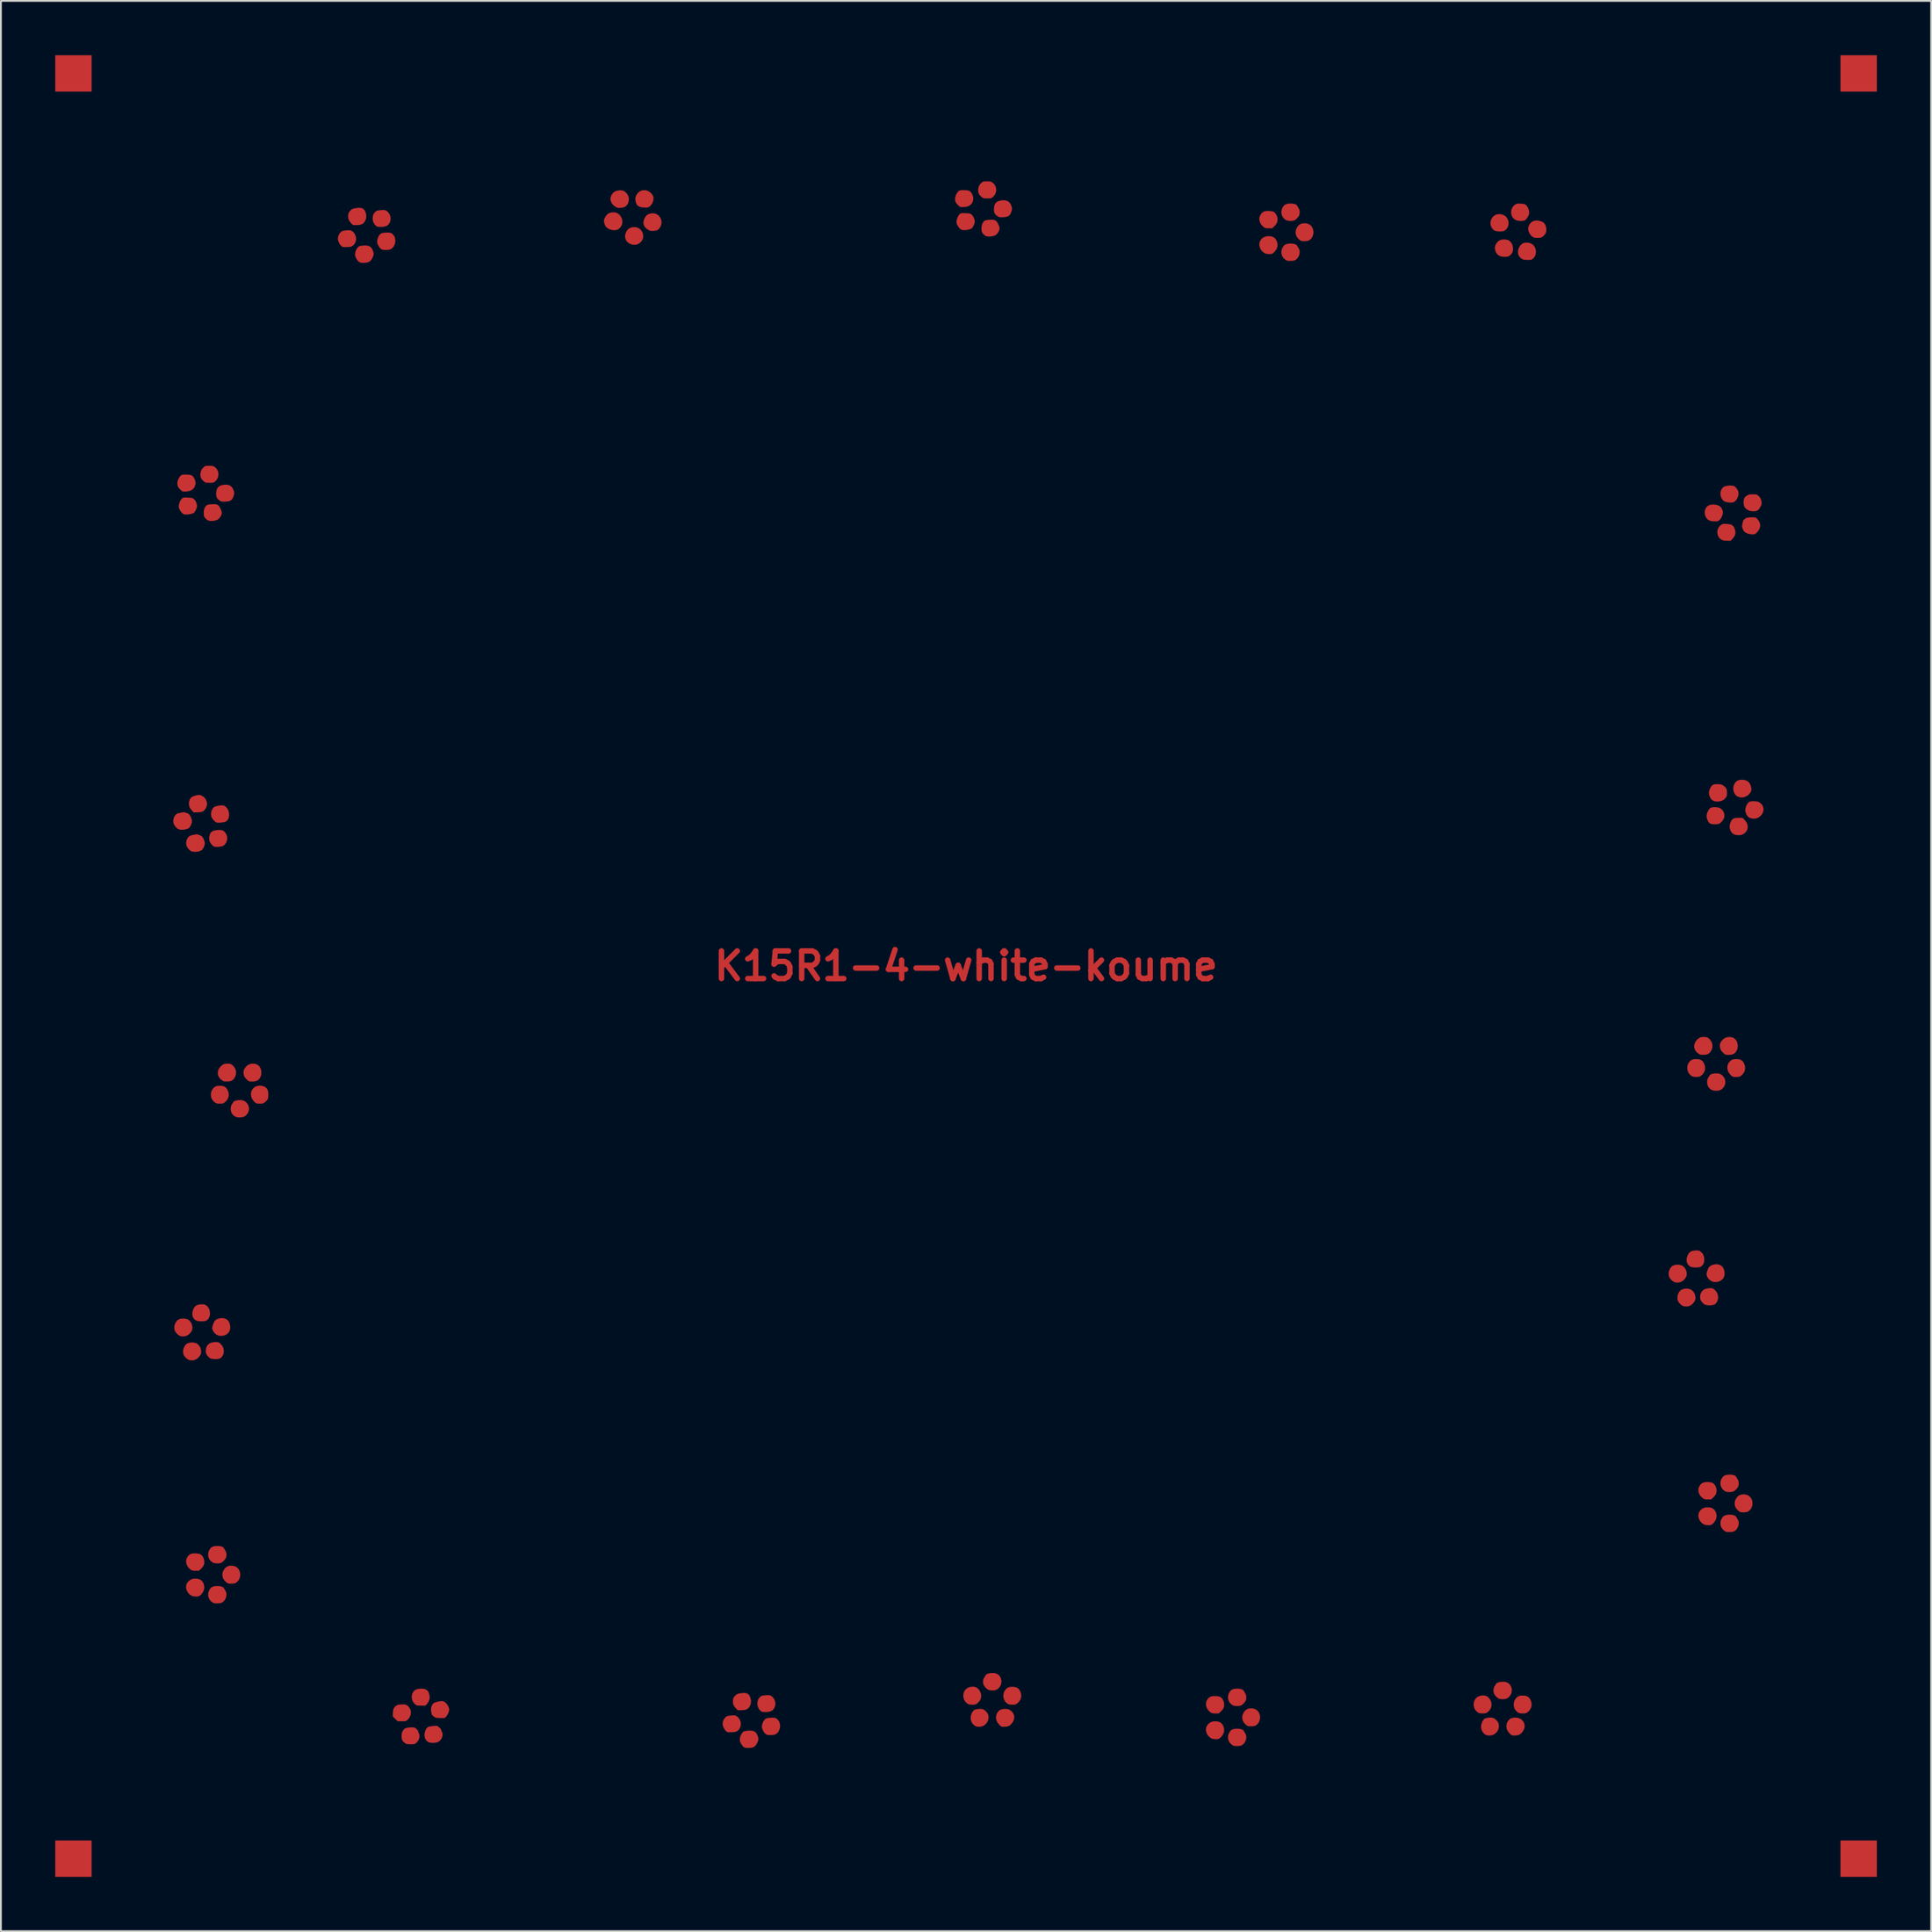
<source format=kicad_pcb>
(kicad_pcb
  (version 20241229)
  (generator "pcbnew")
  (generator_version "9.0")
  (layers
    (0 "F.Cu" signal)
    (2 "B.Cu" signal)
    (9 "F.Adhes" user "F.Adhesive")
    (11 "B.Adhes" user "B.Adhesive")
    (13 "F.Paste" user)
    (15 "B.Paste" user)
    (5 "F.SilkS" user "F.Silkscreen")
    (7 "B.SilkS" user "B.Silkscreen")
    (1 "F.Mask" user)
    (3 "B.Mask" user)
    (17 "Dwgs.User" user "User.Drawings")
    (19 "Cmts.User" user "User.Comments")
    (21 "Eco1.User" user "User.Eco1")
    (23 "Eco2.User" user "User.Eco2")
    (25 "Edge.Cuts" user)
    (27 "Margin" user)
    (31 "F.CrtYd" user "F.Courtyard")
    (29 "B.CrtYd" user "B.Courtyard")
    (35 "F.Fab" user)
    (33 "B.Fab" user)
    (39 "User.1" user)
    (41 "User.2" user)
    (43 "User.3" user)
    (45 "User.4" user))
  (footprint "K15R1-4-white-koume"
    (layer "F.Cu")
    (at 50.267 50.267)
    (property "Reference" "K15R1-4-white-koume" (at 0 0 0) (layer "F.Cu") (effects (font (size 1.524 1.524) (thickness 0.3))))
    (attr board_only exclude_from_pos_files exclude_from_bom)
    (fp_poly (pts (xy -48.26 -48.26) (xy -50.267 -48.26) (xy -50.267 -50.267) (xy -48.26 -50.267)) (stroke (width 0) (type solid)) (fill yes) (layer "F.Cu"))
    (fp_poly (pts (xy -48.26 50.267) (xy -50.267 50.267) (xy -50.267 48.26) (xy -48.26 48.26)) (stroke (width 0) (type solid)) (fill yes) (layer "F.Cu"))
    (fp_poly (pts (xy 50.267 -48.26) (xy 48.26 -48.26) (xy 48.26 -50.267) (xy 50.267 -50.267)) (stroke (width 0) (type solid)) (fill yes) (layer "F.Cu"))
    (fp_poly (pts (xy 50.267 50.267) (xy 48.26 50.267) (xy 48.26 48.26) (xy 50.267 48.26)) (stroke (width 0) (type solid)) (fill yes) (layer "F.Cu"))
    (fp_poly (pts (xy 42.977 -8.058) (xy 43.076 -7.93) (xy 43.132 -7.791) (xy 43.144 -7.649) (xy 43.113 -7.514) (xy 43.048 -7.406) (xy 42.93 -7.298) (xy 42.789 -7.236) (xy 42.626 -7.219) (xy 42.457 -7.242) (xy 42.339 -7.291) (xy 42.248 -7.379) (xy 42.186 -7.489) (xy 42.144 -7.644) (xy 42.152 -7.802) (xy 42.199 -7.94) (xy 42.254 -8.043) (xy 42.313 -8.112) (xy 42.387 -8.153) (xy 42.488 -8.173) (xy 42.627 -8.179) (xy 42.857 -8.179)) (stroke (width 0) (type solid)) (fill yes) (layer "F.Cu"))
    (fp_poly (pts (xy -18.196 -40.774) (xy -18.061 -40.72) (xy -17.949 -40.631) (xy -17.867 -40.509) (xy -17.831 -40.399) (xy -17.817 -40.244) (xy -17.846 -40.111) (xy -17.921 -39.99) (xy -17.969 -39.939) (xy -18.097 -39.848) (xy -18.239 -39.805) (xy -18.392 -39.81) (xy -18.553 -39.864) (xy -18.568 -39.872) (xy -18.693 -39.96) (xy -18.776 -40.075) (xy -18.817 -40.209) (xy -18.813 -40.355) (xy -18.762 -40.505) (xy -18.761 -40.507) (xy -18.694 -40.619) (xy -18.621 -40.694) (xy -18.527 -40.745) (xy -18.499 -40.756) (xy -18.344 -40.787)) (stroke (width 0) (type solid)) (fill yes) (layer "F.Cu"))
    (fp_poly (pts (xy 0.493 39.787) (xy 0.596 39.83) (xy 0.69 39.912) (xy 0.767 40.022) (xy 0.819 40.148) (xy 0.838 40.277) (xy 0.815 40.43) (xy 0.746 40.564) (xy 0.639 40.676) (xy 0.577 40.724) (xy 0.525 40.751) (xy 0.465 40.764) (xy 0.377 40.767) (xy 0.347 40.767) (xy 0.225 40.761) (xy 0.14 40.743) (xy 0.089 40.719) (xy -0.03 40.618) (xy -0.11 40.489) (xy -0.151 40.342) (xy -0.148 40.186) (xy -0.104 40.04) (xy -0.023 39.92) (xy 0.091 39.834) (xy 0.233 39.785) (xy 0.397 39.775)) (stroke (width 0) (type solid)) (fill yes) (layer "F.Cu"))
    (fp_poly (pts (xy 28.662 40.27) (xy 28.765 40.313) (xy 28.859 40.395) (xy 28.936 40.505) (xy 28.988 40.63) (xy 29.006 40.76) (xy 28.983 40.913) (xy 28.915 41.047) (xy 28.808 41.159) (xy 28.746 41.207) (xy 28.694 41.234) (xy 28.633 41.246) (xy 28.546 41.249) (xy 28.515 41.25) (xy 28.394 41.244) (xy 28.308 41.226) (xy 28.258 41.202) (xy 28.139 41.1) (xy 28.058 40.972) (xy 28.018 40.824) (xy 28.021 40.669) (xy 28.065 40.523) (xy 28.145 40.403) (xy 28.26 40.317) (xy 28.402 40.268) (xy 28.565 40.258)) (stroke (width 0) (type solid)) (fill yes) (layer "F.Cu"))
    (fp_poly (pts (xy 29.639 -41.462) (xy 29.765 -41.39) (xy 29.79 -41.369) (xy 29.88 -41.252) (xy 29.932 -41.114) (xy 29.944 -40.968) (xy 29.915 -40.824) (xy 29.863 -40.724) (xy 29.8 -40.645) (xy 29.731 -40.59) (xy 29.648 -40.557) (xy 29.541 -40.543) (xy 29.402 -40.546) (xy 29.274 -40.557) (xy 29.166 -40.592) (xy 29.073 -40.666) (xy 29 -40.769) (xy 28.954 -40.891) (xy 28.94 -41.02) (xy 28.963 -41.148) (xy 28.966 -41.158) (xy 29.032 -41.294) (xy 29.116 -41.391) (xy 29.211 -41.454) (xy 29.347 -41.496) (xy 29.495 -41.498)) (stroke (width 0) (type solid)) (fill yes) (layer "F.Cu"))
    (fp_poly (pts (xy 41.289 -25.471) (xy 41.462 -25.442) (xy 41.596 -25.379) (xy 41.693 -25.283) (xy 41.754 -25.151) (xy 41.768 -25.091) (xy 41.767 -24.976) (xy 41.734 -24.848) (xy 41.675 -24.726) (xy 41.598 -24.627) (xy 41.589 -24.619) (xy 41.528 -24.575) (xy 41.461 -24.548) (xy 41.376 -24.538) (xy 41.262 -24.543) (xy 41.117 -24.56) (xy 40.996 -24.601) (xy 40.897 -24.68) (xy 40.823 -24.79) (xy 40.779 -24.92) (xy 40.769 -25.062) (xy 40.796 -25.199) (xy 40.86 -25.324) (xy 40.958 -25.41) (xy 41.09 -25.46) (xy 41.256 -25.472)) (stroke (width 0) (type solid)) (fill yes) (layer "F.Cu"))
    (fp_poly (pts (xy 43.016 -10.256) (xy 43.143 -10.193) (xy 43.195 -10.15) (xy 43.267 -10.05) (xy 43.319 -9.924) (xy 43.344 -9.792) (xy 43.342 -9.701) (xy 43.299 -9.586) (xy 43.213 -9.477) (xy 43.092 -9.386) (xy 43.048 -9.362) (xy 42.904 -9.31) (xy 42.767 -9.302) (xy 42.639 -9.333) (xy 42.538 -9.38) (xy 42.465 -9.445) (xy 42.405 -9.544) (xy 42.394 -9.565) (xy 42.351 -9.705) (xy 42.347 -9.85) (xy 42.377 -9.989) (xy 42.438 -10.111) (xy 42.529 -10.204) (xy 42.58 -10.235) (xy 42.72 -10.278) (xy 42.87 -10.285)) (stroke (width 0) (type solid)) (fill yes) (layer "F.Cu"))
    (fp_poly (pts (xy -43.066 19.467) (xy -42.943 19.51) (xy -42.913 19.527) (xy -42.805 19.631) (xy -42.732 19.764) (xy -42.699 19.917) (xy -42.697 19.954) (xy -42.704 20.048) (xy -42.731 20.126) (xy -42.78 20.206) (xy -42.892 20.331) (xy -43.026 20.411) (xy -43.175 20.444) (xy -43.336 20.429) (xy -43.368 20.421) (xy -43.447 20.38) (xy -43.533 20.309) (xy -43.611 20.223) (xy -43.656 20.156) (xy -43.694 20.033) (xy -43.695 19.897) (xy -43.662 19.76) (xy -43.6 19.637) (xy -43.513 19.541) (xy -43.472 19.514) (xy -43.348 19.468) (xy -43.207 19.453)) (stroke (width 0) (type solid)) (fill yes) (layer "F.Cu"))
    (fp_poly (pts (xy -42.583 20.788) (xy -42.46 20.83) (xy -42.431 20.848) (xy -42.323 20.951) (xy -42.249 21.085) (xy -42.216 21.237) (xy -42.215 21.275) (xy -42.222 21.368) (xy -42.248 21.447) (xy -42.297 21.527) (xy -42.41 21.652) (xy -42.543 21.732) (xy -42.693 21.765) (xy -42.853 21.75) (xy -42.886 21.741) (xy -42.964 21.701) (xy -43.051 21.63) (xy -43.129 21.544) (xy -43.173 21.476) (xy -43.211 21.354) (xy -43.212 21.217) (xy -43.18 21.081) (xy -43.118 20.958) (xy -43.031 20.862) (xy -42.989 20.835) (xy -42.866 20.789) (xy -42.724 20.774)) (stroke (width 0) (type solid)) (fill yes) (layer "F.Cu"))
    (fp_poly (pts (xy -42.392 33.82) (xy -42.269 33.861) (xy -42.174 33.934) (xy -42.1 34.045) (xy -42.085 34.074) (xy -42.042 34.224) (xy -42.047 34.377) (xy -42.097 34.524) (xy -42.193 34.66) (xy -42.236 34.703) (xy -42.299 34.756) (xy -42.352 34.784) (xy -42.415 34.796) (xy -42.501 34.797) (xy -42.613 34.789) (xy -42.709 34.769) (xy -42.742 34.756) (xy -42.864 34.672) (xy -42.959 34.559) (xy -43.022 34.427) (xy -43.049 34.288) (xy -43.034 34.153) (xy -43.017 34.105) (xy -42.934 33.972) (xy -42.817 33.876) (xy -42.674 33.82) (xy -42.552 33.808)) (stroke (width 0) (type solid)) (fill yes) (layer "F.Cu"))
    (fp_poly (pts (xy -40.941 19.444) (xy -40.818 19.494) (xy -40.736 19.559) (xy -40.679 19.639) (xy -40.638 19.749) (xy -40.619 19.826) (xy -40.607 19.986) (xy -40.641 20.129) (xy -40.7 20.228) (xy -40.801 20.322) (xy -40.931 20.385) (xy -41.076 20.413) (xy -41.221 20.404) (xy -41.284 20.386) (xy -41.401 20.322) (xy -41.5 20.228) (xy -41.571 20.118) (xy -41.604 20.004) (xy -41.605 19.979) (xy -41.594 19.904) (xy -41.567 19.806) (xy -41.529 19.705) (xy -41.488 19.619) (xy -41.46 19.577) (xy -41.356 19.497) (xy -41.225 19.447) (xy -41.082 19.429)) (stroke (width 0) (type solid)) (fill yes) (layer "F.Cu"))
    (fp_poly (pts (xy 13.894 41.694) (xy 14.017 41.735) (xy 14.112 41.808) (xy 14.187 41.919) (xy 14.201 41.948) (xy 14.244 42.098) (xy 14.24 42.251) (xy 14.189 42.398) (xy 14.094 42.534) (xy 14.05 42.577) (xy 13.987 42.63) (xy 13.934 42.658) (xy 13.871 42.67) (xy 13.786 42.671) (xy 13.674 42.663) (xy 13.578 42.643) (xy 13.545 42.63) (xy 13.423 42.546) (xy 13.328 42.433) (xy 13.264 42.301) (xy 13.238 42.162) (xy 13.252 42.027) (xy 13.269 41.979) (xy 13.353 41.846) (xy 13.469 41.75) (xy 13.612 41.694) (xy 13.734 41.682)) (stroke (width 0) (type solid)) (fill yes) (layer "F.Cu"))
    (fp_poly (pts (xy 16.841 -40.272) (xy 16.964 -40.231) (xy 17.058 -40.158) (xy 17.133 -40.047) (xy 17.147 -40.018) (xy 17.191 -39.868) (xy 17.186 -39.715) (xy 17.135 -39.567) (xy 17.04 -39.432) (xy 16.996 -39.389) (xy 16.933 -39.336) (xy 16.881 -39.307) (xy 16.818 -39.296) (xy 16.732 -39.294) (xy 16.62 -39.302) (xy 16.524 -39.323) (xy 16.491 -39.336) (xy 16.369 -39.42) (xy 16.274 -39.533) (xy 16.211 -39.665) (xy 16.184 -39.803) (xy 16.198 -39.939) (xy 16.215 -39.987) (xy 16.299 -40.12) (xy 16.415 -40.216) (xy 16.559 -40.271) (xy 16.681 -40.284)) (stroke (width 0) (type solid)) (fill yes) (layer "F.Cu"))
    (fp_poly (pts (xy 31.071 -39.914) (xy 31.179 -39.881) (xy 31.181 -39.88) (xy 31.299 -39.801) (xy 31.385 -39.693) (xy 31.437 -39.564) (xy 31.456 -39.426) (xy 31.44 -39.287) (xy 31.389 -39.159) (xy 31.302 -39.051) (xy 31.251 -39.012) (xy 31.185 -38.983) (xy 31.091 -38.969) (xy 30.962 -38.969) (xy 30.801 -38.982) (xy 30.701 -39.014) (xy 30.603 -39.083) (xy 30.523 -39.175) (xy 30.489 -39.236) (xy 30.459 -39.369) (xy 30.469 -39.511) (xy 30.517 -39.65) (xy 30.595 -39.774) (xy 30.701 -39.87) (xy 30.739 -39.893) (xy 30.831 -39.92) (xy 30.948 -39.927)) (stroke (width 0) (type solid)) (fill yes) (layer "F.Cu"))
    (fp_poly (pts (xy 39.408 16.495) (xy 39.531 16.538) (xy 39.56 16.556) (xy 39.668 16.659) (xy 39.742 16.792) (xy 39.775 16.945) (xy 39.776 16.982) (xy 39.769 17.076) (xy 39.743 17.154) (xy 39.694 17.235) (xy 39.582 17.359) (xy 39.448 17.439) (xy 39.299 17.472) (xy 39.138 17.457) (xy 39.106 17.449) (xy 39.027 17.408) (xy 38.94 17.337) (xy 38.862 17.251) (xy 38.818 17.184) (xy 38.78 17.061) (xy 38.779 16.925) (xy 38.812 16.788) (xy 38.873 16.665) (xy 38.961 16.57) (xy 39.002 16.542) (xy 39.125 16.497) (xy 39.267 16.481)) (stroke (width 0) (type solid)) (fill yes) (layer "F.Cu"))
    (fp_poly (pts (xy 39.891 17.816) (xy 40.014 17.859) (xy 40.043 17.876) (xy 40.151 17.98) (xy 40.224 18.113) (xy 40.258 18.266) (xy 40.259 18.303) (xy 40.252 18.397) (xy 40.225 18.475) (xy 40.176 18.555) (xy 40.064 18.68) (xy 39.931 18.76) (xy 39.781 18.793) (xy 39.62 18.778) (xy 39.588 18.77) (xy 39.509 18.729) (xy 39.423 18.658) (xy 39.345 18.572) (xy 39.301 18.505) (xy 39.263 18.382) (xy 39.262 18.246) (xy 39.294 18.109) (xy 39.356 17.986) (xy 39.443 17.89) (xy 39.484 17.863) (xy 39.608 17.817) (xy 39.75 17.802)) (stroke (width 0) (type solid)) (fill yes) (layer "F.Cu"))
    (fp_poly (pts (xy 41.072 29.883) (xy 41.195 29.924) (xy 41.29 29.997) (xy 41.365 30.108) (xy 41.379 30.137) (xy 41.422 30.287) (xy 41.418 30.44) (xy 41.367 30.587) (xy 41.272 30.723) (xy 41.228 30.766) (xy 41.165 30.819) (xy 41.112 30.847) (xy 41.049 30.859) (xy 40.964 30.86) (xy 40.852 30.852) (xy 40.756 30.832) (xy 40.723 30.819) (xy 40.601 30.735) (xy 40.506 30.622) (xy 40.442 30.49) (xy 40.416 30.351) (xy 40.43 30.216) (xy 40.447 30.168) (xy 40.531 30.035) (xy 40.647 29.939) (xy 40.79 29.883) (xy 40.912 29.871)) (stroke (width 0) (type solid)) (fill yes) (layer "F.Cu"))
    (fp_poly (pts (xy 41.533 16.472) (xy 41.656 16.523) (xy 41.738 16.587) (xy 41.795 16.667) (xy 41.836 16.777) (xy 41.855 16.854) (xy 41.867 17.014) (xy 41.833 17.157) (xy 41.774 17.256) (xy 41.673 17.35) (xy 41.543 17.413) (xy 41.398 17.441) (xy 41.253 17.432) (xy 41.19 17.414) (xy 41.072 17.35) (xy 40.974 17.256) (xy 40.903 17.146) (xy 40.87 17.032) (xy 40.869 17.007) (xy 40.879 16.932) (xy 40.907 16.834) (xy 40.945 16.733) (xy 40.985 16.648) (xy 41.014 16.605) (xy 41.118 16.526) (xy 41.249 16.476) (xy 41.392 16.457)) (stroke (width 0) (type solid)) (fill yes) (layer "F.Cu"))
    (fp_poly (pts (xy 41.923 -24.404) (xy 42.007 -24.398) (xy 42.14 -24.383) (xy 42.235 -24.359) (xy 42.302 -24.321) (xy 42.354 -24.263) (xy 42.385 -24.213) (xy 42.45 -24.054) (xy 42.465 -23.903) (xy 42.43 -23.761) (xy 42.345 -23.628) (xy 42.315 -23.595) (xy 42.193 -23.47) (xy 42.007 -23.47) (xy 41.845 -23.482) (xy 41.723 -23.515) (xy 41.717 -23.518) (xy 41.603 -23.594) (xy 41.521 -23.707) (xy 41.475 -23.831) (xy 41.462 -23.973) (xy 41.492 -24.114) (xy 41.56 -24.241) (xy 41.661 -24.342) (xy 41.715 -24.375) (xy 41.767 -24.396) (xy 41.832 -24.405)) (stroke (width 0) (type solid)) (fill yes) (layer "F.Cu"))
    (fp_poly (pts (xy 43.491 -9.096) (xy 43.62 -9.088) (xy 43.71 -9.071) (xy 43.778 -9.042) (xy 43.782 -9.039) (xy 43.903 -8.939) (xy 43.98 -8.818) (xy 44.014 -8.684) (xy 44.003 -8.544) (xy 43.948 -8.407) (xy 43.856 -8.29) (xy 43.724 -8.19) (xy 43.577 -8.138) (xy 43.419 -8.135) (xy 43.3 -8.164) (xy 43.213 -8.201) (xy 43.152 -8.248) (xy 43.101 -8.317) (xy 43.064 -8.386) (xy 43.012 -8.531) (xy 43.008 -8.673) (xy 43.051 -8.821) (xy 43.072 -8.865) (xy 43.134 -8.972) (xy 43.197 -9.042) (xy 43.275 -9.081) (xy 43.378 -9.097)) (stroke (width 0) (type solid)) (fill yes) (layer "F.Cu"))
    (fp_poly (pts (xy -40.373 33.12) (xy -40.257 33.176) (xy -40.245 33.184) (xy -40.146 33.289) (xy -40.084 33.417) (xy -40.058 33.558) (xy -40.068 33.701) (xy -40.112 33.836) (xy -40.19 33.954) (xy -40.301 34.044) (xy -40.315 34.051) (xy -40.38 34.071) (xy -40.478 34.084) (xy -40.56 34.087) (xy -40.657 34.085) (xy -40.722 34.075) (xy -40.775 34.05) (xy -40.835 34.005) (xy -40.847 33.996) (xy -40.96 33.874) (xy -41.026 33.737) (xy -41.047 33.591) (xy -41.022 33.443) (xy -40.95 33.299) (xy -40.869 33.202) (xy -40.77 33.136) (xy -40.645 33.1) (xy -40.508 33.095)) (stroke (width 0) (type solid)) (fill yes) (layer "F.Cu"))
    (fp_poly (pts (xy -19.264 -41.563) (xy -19.152 -41.487) (xy -19.105 -41.439) (xy -19.014 -41.302) (xy -18.969 -41.156) (xy -18.968 -41.009) (xy -19.011 -40.87) (xy -19.096 -40.745) (xy -19.196 -40.661) (xy -19.291 -40.624) (xy -19.414 -40.612) (xy -19.546 -40.625) (xy -19.673 -40.662) (xy -19.721 -40.685) (xy -19.83 -40.757) (xy -19.901 -40.837) (xy -19.947 -40.943) (xy -19.968 -41.027) (xy -19.982 -41.11) (xy -19.982 -41.17) (xy -19.966 -41.229) (xy -19.928 -41.309) (xy -19.923 -41.319) (xy -19.842 -41.447) (xy -19.743 -41.533) (xy -19.618 -41.581) (xy -19.549 -41.593) (xy -19.393 -41.597)) (stroke (width 0) (type solid)) (fill yes) (layer "F.Cu"))
    (fp_poly (pts (xy 0.857 41) (xy 0.899 41.006) (xy 0.984 41.042) (xy 1.073 41.111) (xy 1.154 41.199) (xy 1.211 41.293) (xy 1.222 41.321) (xy 1.244 41.465) (xy 1.222 41.61) (xy 1.16 41.746) (xy 1.062 41.861) (xy 0.964 41.929) (xy 0.846 41.971) (xy 0.715 41.987) (xy 0.591 41.975) (xy 0.495 41.939) (xy 0.374 41.836) (xy 0.294 41.705) (xy 0.257 41.547) (xy 0.254 41.484) (xy 0.269 41.371) (xy 0.309 41.253) (xy 0.367 41.147) (xy 0.433 41.07) (xy 0.449 41.059) (xy 0.522 41.029) (xy 0.627 41.008) (xy 0.745 40.997)) (stroke (width 0) (type solid)) (fill yes) (layer "F.Cu"))
    (fp_poly (pts (xy 2.321 41.015) (xy 2.451 41.077) (xy 2.536 41.151) (xy 2.622 41.275) (xy 2.662 41.411) (xy 2.655 41.551) (xy 2.604 41.69) (xy 2.509 41.821) (xy 2.43 41.895) (xy 2.371 41.937) (xy 2.313 41.962) (xy 2.239 41.976) (xy 2.147 41.982) (xy 2.051 41.986) (xy 1.988 41.982) (xy 1.941 41.965) (xy 1.893 41.929) (xy 1.853 41.894) (xy 1.741 41.764) (xy 1.674 41.62) (xy 1.652 41.468) (xy 1.678 41.316) (xy 1.699 41.262) (xy 1.771 41.143) (xy 1.86 41.062) (xy 1.977 41.015) (xy 2.128 40.996) (xy 2.166 40.996)) (stroke (width 0) (type solid)) (fill yes) (layer "F.Cu"))
    (fp_poly (pts (xy 15.913 40.994) (xy 16.029 41.05) (xy 16.041 41.058) (xy 16.14 41.163) (xy 16.202 41.291) (xy 16.228 41.432) (xy 16.219 41.575) (xy 16.174 41.71) (xy 16.096 41.828) (xy 15.985 41.918) (xy 15.972 41.925) (xy 15.906 41.945) (xy 15.809 41.958) (xy 15.726 41.961) (xy 15.629 41.959) (xy 15.564 41.949) (xy 15.511 41.924) (xy 15.451 41.879) (xy 15.439 41.87) (xy 15.327 41.748) (xy 15.26 41.611) (xy 15.239 41.465) (xy 15.265 41.317) (xy 15.337 41.173) (xy 15.418 41.076) (xy 15.516 41.01) (xy 15.642 40.974) (xy 15.779 40.969)) (stroke (width 0) (type solid)) (fill yes) (layer "F.Cu"))
    (fp_poly (pts (xy 18.859 -40.972) (xy 18.976 -40.916) (xy 18.987 -40.908) (xy 19.087 -40.803) (xy 19.149 -40.675) (xy 19.175 -40.534) (xy 19.165 -40.391) (xy 19.121 -40.255) (xy 19.043 -40.138) (xy 18.932 -40.048) (xy 18.918 -40.041) (xy 18.852 -40.021) (xy 18.755 -40.008) (xy 18.673 -40.005) (xy 18.576 -40.007) (xy 18.51 -40.017) (xy 18.457 -40.042) (xy 18.397 -40.086) (xy 18.386 -40.096) (xy 18.273 -40.218) (xy 18.206 -40.355) (xy 18.186 -40.501) (xy 18.211 -40.649) (xy 18.283 -40.793) (xy 18.364 -40.89) (xy 18.463 -40.956) (xy 18.588 -40.992) (xy 18.725 -40.997)) (stroke (width 0) (type solid)) (fill yes) (layer "F.Cu"))
    (fp_poly (pts (xy 29.025 41.483) (xy 29.068 41.489) (xy 29.152 41.524) (xy 29.242 41.593) (xy 29.322 41.682) (xy 29.38 41.776) (xy 29.39 41.803) (xy 29.413 41.948) (xy 29.39 42.093) (xy 29.328 42.229) (xy 29.231 42.343) (xy 29.132 42.412) (xy 29.014 42.454) (xy 28.884 42.47) (xy 28.759 42.458) (xy 28.664 42.422) (xy 28.543 42.319) (xy 28.463 42.187) (xy 28.425 42.029) (xy 28.423 41.967) (xy 28.438 41.854) (xy 28.478 41.735) (xy 28.535 41.629) (xy 28.602 41.553) (xy 28.618 41.541) (xy 28.691 41.511) (xy 28.795 41.49) (xy 28.913 41.48)) (stroke (width 0) (type solid)) (fill yes) (layer "F.Cu"))
    (fp_poly (pts (xy 30.49 41.498) (xy 30.62 41.56) (xy 30.705 41.634) (xy 30.791 41.758) (xy 30.83 41.893) (xy 30.824 42.034) (xy 30.773 42.173) (xy 30.678 42.304) (xy 30.599 42.377) (xy 30.54 42.42) (xy 30.482 42.445) (xy 30.407 42.458) (xy 30.316 42.465) (xy 30.219 42.468) (xy 30.156 42.464) (xy 30.11 42.447) (xy 30.062 42.412) (xy 30.022 42.376) (xy 29.91 42.246) (xy 29.842 42.102) (xy 29.821 41.951) (xy 29.846 41.799) (xy 29.868 41.745) (xy 29.939 41.625) (xy 30.029 41.544) (xy 30.145 41.497) (xy 30.297 41.479) (xy 30.335 41.478)) (stroke (width 0) (type solid)) (fill yes) (layer "F.Cu"))
    (fp_poly (pts (xy 43.091 29.183) (xy 43.207 29.239) (xy 43.219 29.247) (xy 43.318 29.352) (xy 43.38 29.48) (xy 43.406 29.621) (xy 43.397 29.764) (xy 43.352 29.899) (xy 43.274 30.017) (xy 43.163 30.107) (xy 43.15 30.114) (xy 43.084 30.134) (xy 42.987 30.147) (xy 42.904 30.15) (xy 42.807 30.148) (xy 42.742 30.138) (xy 42.689 30.113) (xy 42.629 30.068) (xy 42.617 30.059) (xy 42.505 29.937) (xy 42.438 29.8) (xy 42.417 29.654) (xy 42.443 29.506) (xy 42.515 29.362) (xy 42.596 29.265) (xy 42.694 29.199) (xy 42.82 29.163) (xy 42.957 29.158)) (stroke (width 0) (type solid)) (fill yes) (layer "F.Cu"))
    (fp_poly (pts (xy -42.389 32.428) (xy -42.286 32.452) (xy -42.26 32.462) (xy -42.179 32.524) (xy -42.11 32.621) (xy -42.06 32.738) (xy -42.042 32.833) (xy -42.044 32.974) (xy -42.081 33.092) (xy -42.159 33.202) (xy -42.215 33.259) (xy -42.34 33.376) (xy -42.527 33.376) (xy -42.628 33.374) (xy -42.696 33.364) (xy -42.751 33.342) (xy -42.81 33.302) (xy -42.822 33.293) (xy -42.93 33.185) (xy -43.005 33.057) (xy -43.044 32.919) (xy -43.043 32.783) (xy -43.007 32.676) (xy -42.936 32.56) (xy -42.856 32.484) (xy -42.758 32.439) (xy -42.742 32.434) (xy -42.638 32.418) (xy -42.514 32.417)) (stroke (width 0) (type solid)) (fill yes) (layer "F.Cu"))
    (fp_poly (pts (xy -42.241 -9.427) (xy -42.2 -9.411) (xy -42.067 -9.333) (xy -41.972 -9.222) (xy -41.917 -9.1) (xy -41.893 -9.009) (xy -41.888 -8.938) (xy -41.902 -8.86) (xy -41.906 -8.844) (xy -41.958 -8.706) (xy -42.039 -8.599) (xy -42.098 -8.549) (xy -42.145 -8.521) (xy -42.207 -8.504) (xy -42.298 -8.493) (xy -42.396 -8.487) (xy -42.625 -8.478) (xy -42.736 -8.595) (xy -42.835 -8.724) (xy -42.885 -8.862) (xy -42.889 -9.014) (xy -42.886 -9.037) (xy -42.853 -9.172) (xy -42.794 -9.274) (xy -42.703 -9.347) (xy -42.573 -9.398) (xy -42.467 -9.422) (xy -42.369 -9.438) (xy -42.3 -9.44)) (stroke (width 0) (type solid)) (fill yes) (layer "F.Cu"))
    (fp_poly (pts (xy -41.327 20.754) (xy -41.263 20.767) (xy -41.209 20.797) (xy -41.156 20.84) (xy -41.054 20.955) (xy -40.99 21.089) (xy -40.964 21.23) (xy -40.974 21.371) (xy -41.023 21.501) (xy -41.109 21.609) (xy -41.147 21.64) (xy -41.224 21.673) (xy -41.333 21.691) (xy -41.456 21.695) (xy -41.578 21.686) (xy -41.681 21.662) (xy -41.725 21.642) (xy -41.79 21.59) (xy -41.859 21.518) (xy -41.884 21.485) (xy -41.935 21.403) (xy -41.957 21.322) (xy -41.961 21.246) (xy -41.941 21.082) (xy -41.881 20.949) (xy -41.784 20.849) (xy -41.65 20.784) (xy -41.481 20.754) (xy -41.42 20.752)) (stroke (width 0) (type solid)) (fill yes) (layer "F.Cu"))
    (fp_poly (pts (xy -41.067 -7.498) (xy -40.985 -7.461) (xy -40.911 -7.395) (xy -40.888 -7.37) (xy -40.811 -7.242) (xy -40.778 -7.099) (xy -40.785 -6.954) (xy -40.834 -6.815) (xy -40.921 -6.695) (xy -40.977 -6.646) (xy -41.046 -6.615) (xy -41.147 -6.591) (xy -41.264 -6.577) (xy -41.377 -6.574) (xy -41.47 -6.584) (xy -41.501 -6.594) (xy -41.578 -6.646) (xy -41.657 -6.729) (xy -41.722 -6.828) (xy -41.76 -6.917) (xy -41.773 -7.033) (xy -41.762 -7.164) (xy -41.729 -7.283) (xy -41.71 -7.323) (xy -41.648 -7.401) (xy -41.562 -7.455) (xy -41.442 -7.489) (xy -41.311 -7.506) (xy -41.172 -7.512)) (stroke (width 0) (type solid)) (fill yes) (layer "F.Cu"))
    (fp_poly (pts (xy -40.692 -26.547) (xy -40.571 -26.483) (xy -40.478 -26.378) (xy -40.414 -26.231) (xy -40.407 -26.208) (xy -40.391 -26.125) (xy -40.393 -26.055) (xy -40.414 -25.969) (xy -40.419 -25.954) (xy -40.468 -25.829) (xy -40.529 -25.739) (xy -40.611 -25.68) (xy -40.722 -25.645) (xy -40.87 -25.631) (xy -40.946 -25.629) (xy -41.049 -25.633) (xy -41.12 -25.647) (xy -41.178 -25.677) (xy -41.193 -25.688) (xy -41.292 -25.771) (xy -41.352 -25.852) (xy -41.381 -25.947) (xy -41.388 -26.073) (xy -41.371 -26.24) (xy -41.323 -26.371) (xy -41.24 -26.466) (xy -41.121 -26.529) (xy -40.963 -26.562) (xy -40.841 -26.568)) (stroke (width 0) (type solid)) (fill yes) (layer "F.Cu"))
    (fp_poly (pts (xy -40.65 5.393) (xy -40.577 5.41) (xy -40.491 5.464) (xy -40.405 5.555) (xy -40.333 5.67) (xy -40.29 5.805) (xy -40.29 5.951) (xy -40.328 6.093) (xy -40.403 6.218) (xy -40.477 6.289) (xy -40.535 6.329) (xy -40.593 6.352) (xy -40.669 6.365) (xy -40.765 6.37) (xy -40.875 6.372) (xy -40.95 6.364) (xy -41.007 6.345) (xy -41.034 6.329) (xy -41.167 6.22) (xy -41.255 6.095) (xy -41.296 5.957) (xy -41.29 5.813) (xy -41.252 5.702) (xy -41.187 5.598) (xy -41.098 5.502) (xy -41.003 5.431) (xy -40.962 5.412) (xy -40.873 5.392) (xy -40.76 5.386)) (stroke (width 0) (type solid)) (fill yes) (layer "F.Cu"))
    (fp_poly (pts (xy -39.209 5.405) (xy -39.126 5.437) (xy -39.022 5.513) (xy -38.948 5.622) (xy -38.903 5.752) (xy -38.89 5.893) (xy -38.909 6.033) (xy -38.962 6.164) (xy -39.022 6.244) (xy -39.102 6.313) (xy -39.194 6.354) (xy -39.313 6.373) (xy -39.395 6.375) (xy -39.49 6.374) (xy -39.554 6.365) (xy -39.603 6.342) (xy -39.658 6.298) (xy -39.692 6.267) (xy -39.793 6.158) (xy -39.853 6.048) (xy -39.877 5.924) (xy -39.878 5.879) (xy -39.872 5.791) (xy -39.85 5.717) (xy -39.805 5.638) (xy -39.744 5.558) (xy -39.637 5.463) (xy -39.505 5.405) (xy -39.358 5.385)) (stroke (width 0) (type solid)) (fill yes) (layer "F.Cu"))
    (fp_poly (pts (xy -33.363 -41.836) (xy -33.268 -41.792) (xy -33.196 -41.713) (xy -33.14 -41.596) (xy -33.135 -41.582) (xy -33.099 -41.417) (xy -33.113 -41.26) (xy -33.144 -41.169) (xy -33.208 -41.053) (xy -33.288 -40.973) (xy -33.393 -40.922) (xy -33.532 -40.898) (xy -33.645 -40.894) (xy -33.834 -40.894) (xy -33.946 -41.006) (xy -34.042 -41.127) (xy -34.093 -41.257) (xy -34.102 -41.407) (xy -34.097 -41.459) (xy -34.079 -41.549) (xy -34.045 -41.618) (xy -33.982 -41.69) (xy -33.975 -41.697) (xy -33.921 -41.749) (xy -33.872 -41.782) (xy -33.814 -41.804) (xy -33.731 -41.822) (xy -33.65 -41.834) (xy -33.488 -41.849)) (stroke (width 0) (type solid)) (fill yes) (layer "F.Cu"))
    (fp_poly (pts (xy -32.078 -41.722) (xy -32.026 -41.706) (xy -31.908 -41.619) (xy -31.821 -41.501) (xy -31.769 -41.364) (xy -31.757 -41.219) (xy -31.787 -41.078) (xy -31.807 -41.034) (xy -31.877 -40.929) (xy -31.964 -40.857) (xy -32.078 -40.813) (xy -32.226 -40.794) (xy -32.304 -40.793) (xy -32.41 -40.795) (xy -32.48 -40.804) (xy -32.529 -40.823) (xy -32.566 -40.85) (xy -32.673 -40.973) (xy -32.735 -41.117) (xy -32.751 -41.262) (xy -32.734 -41.414) (xy -32.683 -41.534) (xy -32.595 -41.634) (xy -32.59 -41.638) (xy -32.541 -41.672) (xy -32.482 -41.695) (xy -32.399 -41.71) (xy -32.3 -41.72) (xy -32.168 -41.727)) (stroke (width 0) (type solid)) (fill yes) (layer "F.Cu"))
    (fp_poly (pts (xy -30.947 40.758) (xy -30.867 40.79) (xy -30.795 40.846) (xy -30.757 40.885) (xy -30.677 41.007) (xy -30.64 41.144) (xy -30.645 41.288) (xy -30.69 41.428) (xy -30.775 41.554) (xy -30.812 41.591) (xy -30.861 41.634) (xy -30.903 41.661) (xy -30.951 41.675) (xy -31.02 41.68) (xy -31.124 41.681) (xy -31.14 41.681) (xy -31.369 41.681) (xy -31.502 41.551) (xy -31.636 41.42) (xy -31.634 41.24) (xy -31.623 41.092) (xy -31.588 40.978) (xy -31.525 40.886) (xy -31.472 40.836) (xy -31.423 40.802) (xy -31.364 40.779) (xy -31.281 40.764) (xy -31.183 40.754) (xy -31.048 40.748)) (stroke (width 0) (type solid)) (fill yes) (layer "F.Cu"))
    (fp_poly (pts (xy -29.984 39.883) (xy -29.876 39.901) (xy -29.838 39.915) (xy -29.729 39.984) (xy -29.666 40.064) (xy -29.654 40.097) (xy -29.64 40.151) (xy -29.619 40.228) (xy -29.612 40.252) (xy -29.6 40.374) (xy -29.626 40.508) (xy -29.685 40.637) (xy -29.754 40.728) (xy -29.838 40.818) (xy -30.077 40.818) (xy -30.191 40.817) (xy -30.267 40.812) (xy -30.319 40.8) (xy -30.362 40.778) (xy -30.407 40.743) (xy -30.509 40.63) (xy -30.572 40.497) (xy -30.596 40.355) (xy -30.58 40.213) (xy -30.525 40.082) (xy -30.431 39.972) (xy -30.351 39.929) (xy -30.239 39.899) (xy -30.111 39.883)) (stroke (width 0) (type solid)) (fill yes) (layer "F.Cu"))
    (fp_poly (pts (xy -17.223 -41.544) (xy -17.223 -41.544) (xy -17.082 -41.502) (xy -16.966 -41.422) (xy -16.878 -41.314) (xy -16.823 -41.186) (xy -16.803 -41.046) (xy -16.823 -40.905) (xy -16.885 -40.769) (xy -16.902 -40.744) (xy -16.966 -40.667) (xy -17.031 -40.619) (xy -17.113 -40.592) (xy -17.229 -40.577) (xy -17.238 -40.576) (xy -17.341 -40.571) (xy -17.415 -40.578) (xy -17.479 -40.6) (xy -17.513 -40.617) (xy -17.652 -40.708) (xy -17.744 -40.812) (xy -17.794 -40.933) (xy -17.805 -41.046) (xy -17.788 -41.153) (xy -17.742 -41.271) (xy -17.679 -41.378) (xy -17.612 -41.45) (xy -17.5 -41.511) (xy -17.363 -41.544)) (stroke (width 0) (type solid)) (fill yes) (layer "F.Cu"))
    (fp_poly (pts (xy -12.128 40.13) (xy -12.034 40.174) (xy -11.962 40.253) (xy -11.906 40.37) (xy -11.901 40.384) (xy -11.865 40.548) (xy -11.879 40.706) (xy -11.91 40.797) (xy -11.973 40.913) (xy -12.054 40.993) (xy -12.159 41.043) (xy -12.297 41.068) (xy -12.41 41.072) (xy -12.6 41.072) (xy -12.712 40.96) (xy -12.808 40.839) (xy -12.859 40.709) (xy -12.867 40.559) (xy -12.862 40.507) (xy -12.844 40.417) (xy -12.81 40.348) (xy -12.748 40.276) (xy -12.741 40.269) (xy -12.686 40.217) (xy -12.638 40.184) (xy -12.579 40.161) (xy -12.496 40.144) (xy -12.416 40.132) (xy -12.253 40.117)) (stroke (width 0) (type solid)) (fill yes) (layer "F.Cu"))
    (fp_poly (pts (xy -10.844 40.244) (xy -10.792 40.259) (xy -10.673 40.347) (xy -10.586 40.465) (xy -10.535 40.602) (xy -10.522 40.747) (xy -10.553 40.888) (xy -10.573 40.932) (xy -10.642 41.037) (xy -10.73 41.109) (xy -10.843 41.152) (xy -10.992 41.172) (xy -11.07 41.173) (xy -11.176 41.171) (xy -11.246 41.162) (xy -11.295 41.143) (xy -11.331 41.116) (xy -11.439 40.993) (xy -11.501 40.849) (xy -11.517 40.703) (xy -11.499 40.552) (xy -11.449 40.432) (xy -11.36 40.332) (xy -11.356 40.328) (xy -11.306 40.294) (xy -11.247 40.271) (xy -11.164 40.256) (xy -11.066 40.246) (xy -10.934 40.239)) (stroke (width 0) (type solid)) (fill yes) (layer "F.Cu"))
    (fp_poly (pts (xy 2.234 -42.244) (xy 2.355 -42.18) (xy 2.448 -42.075) (xy 2.512 -41.928) (xy 2.519 -41.905) (xy 2.535 -41.823) (xy 2.533 -41.752) (xy 2.512 -41.666) (xy 2.507 -41.651) (xy 2.458 -41.526) (xy 2.397 -41.436) (xy 2.315 -41.377) (xy 2.204 -41.343) (xy 2.056 -41.328) (xy 1.98 -41.326) (xy 1.877 -41.33) (xy 1.806 -41.344) (xy 1.748 -41.375) (xy 1.733 -41.385) (xy 1.634 -41.468) (xy 1.574 -41.549) (xy 1.545 -41.645) (xy 1.538 -41.77) (xy 1.555 -41.937) (xy 1.603 -42.068) (xy 1.686 -42.163) (xy 1.805 -42.226) (xy 1.963 -42.259) (xy 2.085 -42.265)) (stroke (width 0) (type solid)) (fill yes) (layer "F.Cu"))
    (fp_poly (pts (xy 13.897 40.302) (xy 14 40.326) (xy 14.026 40.336) (xy 14.107 40.398) (xy 14.177 40.495) (xy 14.226 40.612) (xy 14.244 40.707) (xy 14.242 40.848) (xy 14.205 40.966) (xy 14.128 41.076) (xy 14.071 41.133) (xy 13.947 41.25) (xy 13.76 41.25) (xy 13.659 41.248) (xy 13.59 41.238) (xy 13.536 41.216) (xy 13.477 41.176) (xy 13.464 41.167) (xy 13.356 41.059) (xy 13.281 40.931) (xy 13.242 40.793) (xy 13.244 40.657) (xy 13.279 40.55) (xy 13.351 40.434) (xy 13.43 40.358) (xy 13.528 40.313) (xy 13.545 40.308) (xy 13.648 40.292) (xy 13.773 40.291)) (stroke (width 0) (type solid)) (fill yes) (layer "F.Cu"))
    (fp_poly (pts (xy 16.844 -41.664) (xy 16.947 -41.64) (xy 16.973 -41.63) (xy 17.054 -41.568) (xy 17.123 -41.471) (xy 17.172 -41.354) (xy 17.191 -41.259) (xy 17.188 -41.118) (xy 17.151 -41) (xy 17.074 -40.89) (xy 17.018 -40.833) (xy 16.893 -40.716) (xy 16.706 -40.716) (xy 16.605 -40.718) (xy 16.537 -40.728) (xy 16.482 -40.75) (xy 16.423 -40.789) (xy 16.411 -40.799) (xy 16.302 -40.907) (xy 16.227 -41.035) (xy 16.189 -41.173) (xy 16.19 -41.309) (xy 16.225 -41.416) (xy 16.297 -41.532) (xy 16.377 -41.608) (xy 16.475 -41.653) (xy 16.491 -41.658) (xy 16.595 -41.674) (xy 16.719 -41.675)) (stroke (width 0) (type solid)) (fill yes) (layer "F.Cu"))
    (fp_poly (pts (xy 31.618 -41.135) (xy 31.746 -41.099) (xy 31.853 -41.048) (xy 31.886 -41.023) (xy 31.958 -40.932) (xy 32.007 -40.81) (xy 32.029 -40.674) (xy 32.021 -40.54) (xy 32.002 -40.47) (xy 31.949 -40.378) (xy 31.867 -40.289) (xy 31.775 -40.221) (xy 31.77 -40.219) (xy 31.699 -40.198) (xy 31.597 -40.187) (xy 31.486 -40.187) (xy 31.384 -40.197) (xy 31.318 -40.215) (xy 31.215 -40.285) (xy 31.128 -40.388) (xy 31.063 -40.51) (xy 31.027 -40.638) (xy 31.027 -40.759) (xy 31.034 -40.787) (xy 31.101 -40.94) (xy 31.197 -41.052) (xy 31.321 -41.121) (xy 31.471 -41.148) (xy 31.489 -41.148)) (stroke (width 0) (type solid)) (fill yes) (layer "F.Cu"))
    (fp_poly (pts (xy 40.833 3.92) (xy 40.906 3.937) (xy 40.993 3.991) (xy 41.078 4.082) (xy 41.151 4.196) (xy 41.193 4.332) (xy 41.194 4.478) (xy 41.155 4.62) (xy 41.08 4.745) (xy 41.007 4.816) (xy 40.948 4.856) (xy 40.89 4.879) (xy 40.814 4.891) (xy 40.718 4.897) (xy 40.608 4.899) (xy 40.533 4.891) (xy 40.476 4.871) (xy 40.45 4.856) (xy 40.316 4.747) (xy 40.228 4.621) (xy 40.187 4.484) (xy 40.194 4.339) (xy 40.231 4.229) (xy 40.296 4.124) (xy 40.385 4.029) (xy 40.481 3.958) (xy 40.521 3.939) (xy 40.611 3.919) (xy 40.723 3.913)) (stroke (width 0) (type solid)) (fill yes) (layer "F.Cu"))
    (fp_poly (pts (xy 41.075 28.491) (xy 41.178 28.515) (xy 41.204 28.525) (xy 41.285 28.587) (xy 41.355 28.684) (xy 41.404 28.801) (xy 41.422 28.896) (xy 41.42 29.037) (xy 41.383 29.155) (xy 41.306 29.265) (xy 41.249 29.322) (xy 41.125 29.439) (xy 40.938 29.439) (xy 40.837 29.437) (xy 40.768 29.427) (xy 40.714 29.405) (xy 40.655 29.365) (xy 40.642 29.356) (xy 40.534 29.248) (xy 40.459 29.12) (xy 40.42 28.982) (xy 40.422 28.846) (xy 40.457 28.739) (xy 40.529 28.623) (xy 40.608 28.547) (xy 40.706 28.502) (xy 40.723 28.497) (xy 40.826 28.481) (xy 40.951 28.48)) (stroke (width 0) (type solid)) (fill yes) (layer "F.Cu"))
    (fp_poly (pts (xy 41.147 17.783) (xy 41.21 17.795) (xy 41.264 17.825) (xy 41.318 17.868) (xy 41.42 17.983) (xy 41.484 18.117) (xy 41.51 18.259) (xy 41.499 18.399) (xy 41.451 18.529) (xy 41.365 18.638) (xy 41.326 18.669) (xy 41.25 18.701) (xy 41.141 18.719) (xy 41.017 18.723) (xy 40.896 18.714) (xy 40.793 18.69) (xy 40.749 18.67) (xy 40.684 18.618) (xy 40.615 18.546) (xy 40.59 18.514) (xy 40.539 18.431) (xy 40.517 18.35) (xy 40.513 18.275) (xy 40.533 18.11) (xy 40.593 17.977) (xy 40.69 17.878) (xy 40.824 17.812) (xy 40.993 17.782) (xy 41.054 17.78)) (stroke (width 0) (type solid)) (fill yes) (layer "F.Cu"))
    (fp_poly (pts (xy 42.274 3.932) (xy 42.358 3.964) (xy 42.461 4.04) (xy 42.535 4.149) (xy 42.58 4.279) (xy 42.593 4.419) (xy 42.574 4.56) (xy 42.521 4.69) (xy 42.461 4.771) (xy 42.381 4.84) (xy 42.289 4.881) (xy 42.17 4.9) (xy 42.088 4.902) (xy 41.993 4.901) (xy 41.93 4.892) (xy 41.88 4.869) (xy 41.825 4.825) (xy 41.791 4.794) (xy 41.69 4.684) (xy 41.631 4.574) (xy 41.607 4.45) (xy 41.605 4.406) (xy 41.611 4.318) (xy 41.633 4.243) (xy 41.678 4.165) (xy 41.739 4.085) (xy 41.846 3.99) (xy 41.978 3.932) (xy 42.125 3.912)) (stroke (width 0) (type solid)) (fill yes) (layer "F.Cu"))
    (fp_poly (pts (xy -42.084 18.671) (xy -42.017 18.683) (xy -41.96 18.712) (xy -41.893 18.766) (xy -41.858 18.798) (xy -41.79 18.892) (xy -41.746 19.015) (xy -41.727 19.152) (xy -41.735 19.286) (xy -41.773 19.401) (xy -41.782 19.416) (xy -41.846 19.505) (xy -41.915 19.562) (xy -42.003 19.594) (xy -42.122 19.607) (xy -42.193 19.608) (xy -42.345 19.601) (xy -42.452 19.581) (xy -42.49 19.566) (xy -42.599 19.486) (xy -42.671 19.377) (xy -42.705 19.246) (xy -42.699 19.099) (xy -42.652 18.946) (xy -42.639 18.918) (xy -42.568 18.805) (xy -42.479 18.729) (xy -42.363 18.685) (xy -42.212 18.669) (xy -42.18 18.669)) (stroke (width 0) (type solid)) (fill yes) (layer "F.Cu"))
    (fp_poly (pts (xy -41.059 6.613) (xy -40.932 6.651) (xy -40.834 6.724) (xy -40.758 6.836) (xy -40.756 6.839) (xy -40.7 7.001) (xy -40.693 7.158) (xy -40.734 7.306) (xy -40.823 7.439) (xy -40.89 7.504) (xy -40.951 7.551) (xy -41.003 7.579) (xy -41.063 7.591) (xy -41.149 7.594) (xy -41.185 7.595) (xy -41.286 7.592) (xy -41.356 7.582) (xy -41.413 7.558) (xy -41.476 7.517) (xy -41.581 7.412) (xy -41.649 7.284) (xy -41.679 7.142) (xy -41.672 6.997) (xy -41.627 6.859) (xy -41.545 6.74) (xy -41.49 6.691) (xy -41.425 6.648) (xy -41.356 6.624) (xy -41.264 6.611) (xy -41.222 6.608)) (stroke (width 0) (type solid)) (fill yes) (layer "F.Cu"))
    (fp_poly (pts (xy -41.013 -8.864) (xy -40.951 -8.85) (xy -40.843 -8.78) (xy -40.76 -8.678) (xy -40.704 -8.556) (xy -40.675 -8.422) (xy -40.674 -8.288) (xy -40.702 -8.161) (xy -40.76 -8.053) (xy -40.849 -7.974) (xy -40.865 -7.965) (xy -40.93 -7.944) (xy -41.027 -7.927) (xy -41.138 -7.915) (xy -41.245 -7.91) (xy -41.33 -7.914) (xy -41.348 -7.916) (xy -41.416 -7.95) (xy -41.494 -8.015) (xy -41.569 -8.099) (xy -41.628 -8.188) (xy -41.656 -8.256) (xy -41.673 -8.409) (xy -41.646 -8.559) (xy -41.578 -8.693) (xy -41.519 -8.761) (xy -41.453 -8.799) (xy -41.352 -8.832) (xy -41.234 -8.855) (xy -41.116 -8.867)) (stroke (width 0) (type solid)) (fill yes) (layer "F.Cu"))
    (fp_poly (pts (xy -39.983 7.399) (xy -39.854 7.434) (xy -39.746 7.506) (xy -39.724 7.526) (xy -39.627 7.655) (xy -39.578 7.796) (xy -39.576 7.941) (xy -39.622 8.084) (xy -39.691 8.189) (xy -39.784 8.279) (xy -39.889 8.332) (xy -40.02 8.355) (xy -40.081 8.356) (xy -40.199 8.349) (xy -40.294 8.329) (xy -40.322 8.317) (xy -40.442 8.234) (xy -40.524 8.127) (xy -40.554 8.061) (xy -40.582 7.939) (xy -40.582 7.811) (xy -40.555 7.696) (xy -40.516 7.624) (xy -40.473 7.566) (xy -40.447 7.517) (xy -40.446 7.515) (xy -40.403 7.465) (xy -40.314 7.427) (xy -40.183 7.402) (xy -40.142 7.398)) (stroke (width 0) (type solid)) (fill yes) (layer "F.Cu"))
    (fp_poly (pts (xy -33.983 -40.604) (xy -33.931 -40.589) (xy -33.813 -40.502) (xy -33.727 -40.386) (xy -33.676 -40.252) (xy -33.663 -40.109) (xy -33.69 -39.97) (xy -33.739 -39.876) (xy -33.803 -39.793) (xy -33.871 -39.737) (xy -33.953 -39.703) (xy -34.064 -39.686) (xy -34.171 -39.68) (xy -34.284 -39.677) (xy -34.359 -39.68) (xy -34.409 -39.69) (xy -34.447 -39.71) (xy -34.473 -39.731) (xy -34.552 -39.822) (xy -34.618 -39.941) (xy -34.661 -40.065) (xy -34.671 -40.149) (xy -34.648 -40.289) (xy -34.583 -40.42) (xy -34.495 -40.52) (xy -34.446 -40.554) (xy -34.387 -40.577) (xy -34.304 -40.592) (xy -34.205 -40.602) (xy -34.073 -40.609)) (stroke (width 0) (type solid)) (fill yes) (layer "F.Cu"))
    (fp_poly (pts (xy -18.994 -42.807) (xy -18.92 -42.791) (xy -18.855 -42.759) (xy -18.843 -42.75) (xy -18.723 -42.641) (xy -18.645 -42.51) (xy -18.609 -42.364) (xy -18.617 -42.215) (xy -18.67 -42.069) (xy -18.698 -42.024) (xy -18.77 -41.941) (xy -18.857 -41.888) (xy -18.972 -41.856) (xy -19.052 -41.846) (xy -19.152 -41.84) (xy -19.223 -41.847) (xy -19.287 -41.87) (xy -19.317 -41.886) (xy -19.448 -41.973) (xy -19.539 -42.073) (xy -19.598 -42.197) (xy -19.601 -42.206) (xy -19.625 -42.297) (xy -19.628 -42.367) (xy -19.613 -42.438) (xy -19.547 -42.592) (xy -19.45 -42.704) (xy -19.323 -42.776) (xy -19.163 -42.809) (xy -19.099 -42.812)) (stroke (width 0) (type solid)) (fill yes) (layer "F.Cu"))
    (fp_poly (pts (xy -12.749 41.362) (xy -12.697 41.377) (xy -12.579 41.464) (xy -12.493 41.58) (xy -12.442 41.714) (xy -12.428 41.856) (xy -12.456 41.995) (xy -12.504 42.09) (xy -12.569 42.173) (xy -12.636 42.229) (xy -12.719 42.262) (xy -12.83 42.28) (xy -12.937 42.286) (xy -13.05 42.288) (xy -13.124 42.286) (xy -13.175 42.275) (xy -13.213 42.255) (xy -13.238 42.235) (xy -13.318 42.144) (xy -13.384 42.025) (xy -13.426 41.9) (xy -13.437 41.816) (xy -13.413 41.677) (xy -13.349 41.545) (xy -13.261 41.446) (xy -13.212 41.411) (xy -13.153 41.389) (xy -13.07 41.374) (xy -12.971 41.364) (xy -12.839 41.357)) (stroke (width 0) (type solid)) (fill yes) (layer "F.Cu"))
    (fp_poly (pts (xy 1.545 39.021) (xy 1.645 39.038) (xy 1.763 39.095) (xy 1.859 39.19) (xy 1.925 39.313) (xy 1.955 39.453) (xy 1.956 39.482) (xy 1.932 39.641) (xy 1.864 39.781) (xy 1.757 39.893) (xy 1.693 39.935) (xy 1.602 39.967) (xy 1.485 39.98) (xy 1.363 39.976) (xy 1.257 39.954) (xy 1.206 39.932) (xy 1.105 39.853) (xy 1.02 39.759) (xy 0.967 39.667) (xy 0.94 39.542) (xy 0.945 39.414) (xy 0.982 39.301) (xy 1.003 39.266) (xy 1.047 39.201) (xy 1.078 39.148) (xy 1.082 39.138) (xy 1.122 39.093) (xy 1.201 39.056) (xy 1.306 39.03) (xy 1.425 39.018)) (stroke (width 0) (type solid)) (fill yes) (layer "F.Cu"))
    (fp_poly (pts (xy 2.679 39.786) (xy 2.807 39.823) (xy 2.905 39.896) (xy 2.981 40.008) (xy 2.983 40.012) (xy 3.039 40.173) (xy 3.046 40.331) (xy 3.005 40.479) (xy 2.916 40.612) (xy 2.849 40.676) (xy 2.787 40.724) (xy 2.735 40.751) (xy 2.675 40.764) (xy 2.587 40.767) (xy 2.557 40.767) (xy 2.435 40.761) (xy 2.349 40.743) (xy 2.299 40.719) (xy 2.177 40.619) (xy 2.099 40.495) (xy 2.062 40.342) (xy 2.058 40.262) (xy 2.081 40.11) (xy 2.146 39.974) (xy 2.245 39.866) (xy 2.249 39.863) (xy 2.314 39.821) (xy 2.383 39.796) (xy 2.475 39.783) (xy 2.517 39.781)) (stroke (width 0) (type solid)) (fill yes) (layer "F.Cu"))
    (fp_poly (pts (xy 29.714 39.503) (xy 29.813 39.521) (xy 29.931 39.577) (xy 30.027 39.672) (xy 30.094 39.795) (xy 30.124 39.936) (xy 30.124 39.964) (xy 30.101 40.123) (xy 30.033 40.263) (xy 29.925 40.376) (xy 29.862 40.418) (xy 29.77 40.449) (xy 29.654 40.463) (xy 29.532 40.459) (xy 29.425 40.437) (xy 29.375 40.415) (xy 29.274 40.336) (xy 29.189 40.242) (xy 29.135 40.149) (xy 29.108 40.025) (xy 29.114 39.896) (xy 29.15 39.783) (xy 29.172 39.748) (xy 29.216 39.684) (xy 29.246 39.631) (xy 29.25 39.621) (xy 29.291 39.575) (xy 29.37 39.539) (xy 29.475 39.513) (xy 29.593 39.5)) (stroke (width 0) (type solid)) (fill yes) (layer "F.Cu"))
    (fp_poly (pts (xy 30.848 40.268) (xy 30.975 40.306) (xy 31.074 40.379) (xy 31.15 40.491) (xy 31.152 40.494) (xy 31.208 40.656) (xy 31.215 40.813) (xy 31.173 40.961) (xy 31.085 41.094) (xy 31.017 41.159) (xy 30.955 41.207) (xy 30.904 41.234) (xy 30.843 41.246) (xy 30.756 41.249) (xy 30.725 41.25) (xy 30.604 41.244) (xy 30.518 41.226) (xy 30.467 41.202) (xy 30.346 41.102) (xy 30.267 40.977) (xy 30.23 40.825) (xy 30.227 40.744) (xy 30.25 40.593) (xy 30.314 40.456) (xy 30.413 40.349) (xy 30.417 40.346) (xy 30.482 40.303) (xy 30.551 40.279) (xy 30.643 40.266) (xy 30.686 40.263)) (stroke (width 0) (type solid)) (fill yes) (layer "F.Cu"))
    (fp_poly (pts (xy 40.39 15.699) (xy 40.457 15.711) (xy 40.514 15.74) (xy 40.58 15.795) (xy 40.615 15.827) (xy 40.683 15.92) (xy 40.728 16.043) (xy 40.747 16.18) (xy 40.739 16.314) (xy 40.701 16.429) (xy 40.692 16.445) (xy 40.628 16.533) (xy 40.558 16.59) (xy 40.471 16.622) (xy 40.352 16.635) (xy 40.28 16.636) (xy 40.129 16.629) (xy 40.021 16.609) (xy 39.983 16.594) (xy 39.875 16.515) (xy 39.803 16.405) (xy 39.769 16.274) (xy 39.775 16.128) (xy 39.822 15.974) (xy 39.835 15.947) (xy 39.906 15.833) (xy 39.995 15.757) (xy 40.111 15.714) (xy 40.262 15.698) (xy 40.293 15.697)) (stroke (width 0) (type solid)) (fill yes) (layer "F.Cu"))
    (fp_poly (pts (xy 40.424 5.14) (xy 40.551 5.177) (xy 40.65 5.25) (xy 40.726 5.362) (xy 40.727 5.366) (xy 40.783 5.528) (xy 40.79 5.685) (xy 40.749 5.833) (xy 40.661 5.966) (xy 40.593 6.03) (xy 40.532 6.078) (xy 40.48 6.105) (xy 40.421 6.118) (xy 40.334 6.121) (xy 40.299 6.121) (xy 40.197 6.119) (xy 40.127 6.109) (xy 40.07 6.085) (xy 40.007 6.044) (xy 39.902 5.939) (xy 39.835 5.81) (xy 39.804 5.668) (xy 39.811 5.523) (xy 39.856 5.386) (xy 39.938 5.266) (xy 39.993 5.217) (xy 40.058 5.175) (xy 40.127 5.15) (xy 40.219 5.138) (xy 40.261 5.135)) (stroke (width 0) (type solid)) (fill yes) (layer "F.Cu"))
    (fp_poly (pts (xy 41.5 5.926) (xy 41.629 5.961) (xy 41.737 6.032) (xy 41.759 6.053) (xy 41.856 6.182) (xy 41.905 6.323) (xy 41.907 6.468) (xy 41.861 6.611) (xy 41.793 6.715) (xy 41.7 6.806) (xy 41.594 6.859) (xy 41.463 6.882) (xy 41.402 6.883) (xy 41.284 6.876) (xy 41.19 6.855) (xy 41.161 6.843) (xy 41.041 6.761) (xy 40.959 6.654) (xy 40.929 6.588) (xy 40.901 6.466) (xy 40.901 6.338) (xy 40.928 6.222) (xy 40.968 6.151) (xy 41.01 6.092) (xy 41.036 6.043) (xy 41.037 6.042) (xy 41.08 5.992) (xy 41.169 5.953) (xy 41.3 5.929) (xy 41.341 5.925)) (stroke (width 0) (type solid)) (fill yes) (layer "F.Cu"))
    (fp_poly (pts (xy -41.374 -25.481) (xy -41.293 -25.447) (xy -41.228 -25.384) (xy -41.17 -25.289) (xy -41.147 -25.241) (xy -41.098 -25.126) (xy -41.077 -25.037) (xy -41.083 -24.956) (xy -41.113 -24.868) (xy -41.12 -24.854) (xy -41.204 -24.721) (xy -41.314 -24.631) (xy -41.446 -24.585) (xy -41.606 -24.565) (xy -41.729 -24.566) (xy -41.822 -24.589) (xy -41.879 -24.621) (xy -41.978 -24.704) (xy -42.038 -24.785) (xy -42.067 -24.88) (xy -42.073 -25.006) (xy -42.065 -25.14) (xy -42.039 -25.242) (xy -42.019 -25.286) (xy -41.973 -25.365) (xy -41.927 -25.419) (xy -41.869 -25.453) (xy -41.786 -25.473) (xy -41.667 -25.485) (xy -41.631 -25.488) (xy -41.483 -25.493)) (stroke (width 0) (type solid)) (fill yes) (layer "F.Cu"))
    (fp_poly (pts (xy -41.254 32.008) (xy -41.139 32.024) (xy -41.043 32.054) (xy -40.978 32.098) (xy -40.96 32.128) (xy -40.936 32.174) (xy -40.894 32.237) (xy -40.881 32.255) (xy -40.834 32.358) (xy -40.816 32.482) (xy -40.831 32.611) (xy -40.845 32.656) (xy -40.891 32.737) (xy -40.965 32.824) (xy -41.05 32.899) (xy -41.102 32.933) (xy -41.186 32.959) (xy -41.298 32.969) (xy -41.416 32.964) (xy -41.521 32.945) (xy -41.571 32.925) (xy -41.695 32.83) (xy -41.78 32.709) (xy -41.825 32.572) (xy -41.829 32.427) (xy -41.792 32.283) (xy -41.712 32.148) (xy -41.669 32.101) (xy -41.596 32.053) (xy -41.494 32.022) (xy -41.377 32.008)) (stroke (width 0) (type solid)) (fill yes) (layer "F.Cu"))
    (fp_poly (pts (xy -29.083 42.016) (xy -29.01 42.082) (xy -28.97 42.14) (xy -28.966 42.158) (xy -28.952 42.219) (xy -28.937 42.246) (xy -28.894 42.337) (xy -28.888 42.446) (xy -28.915 42.562) (xy -28.97 42.672) (xy -29.051 42.765) (xy -29.144 42.827) (xy -29.249 42.859) (xy -29.375 42.875) (xy -29.502 42.873) (xy -29.614 42.855) (xy -29.68 42.828) (xy -29.779 42.751) (xy -29.843 42.657) (xy -29.87 42.587) (xy -29.889 42.466) (xy -29.879 42.332) (xy -29.843 42.201) (xy -29.787 42.088) (xy -29.713 42.007) (xy -29.703 42) (xy -29.652 41.981) (xy -29.565 41.963) (xy -29.457 41.949) (xy -29.422 41.946) (xy -29.197 41.929)) (stroke (width 0) (type solid)) (fill yes) (layer "F.Cu"))
    (fp_poly (pts (xy -17.684 -42.817) (xy -17.566 -42.784) (xy -17.452 -42.717) (xy -17.355 -42.627) (xy -17.283 -42.524) (xy -17.248 -42.417) (xy -17.247 -42.389) (xy -17.267 -42.227) (xy -17.325 -42.081) (xy -17.414 -41.963) (xy -17.43 -41.95) (xy -17.486 -41.903) (xy -17.534 -41.877) (xy -17.59 -41.864) (xy -17.67 -41.861) (xy -17.727 -41.861) (xy -17.897 -41.874) (xy -18.024 -41.909) (xy -18.026 -41.91) (xy -18.114 -41.961) (xy -18.175 -42.029) (xy -18.216 -42.126) (xy -18.24 -42.233) (xy -18.253 -42.326) (xy -18.252 -42.395) (xy -18.232 -42.464) (xy -18.211 -42.517) (xy -18.126 -42.655) (xy -18.013 -42.754) (xy -17.873 -42.809) (xy -17.712 -42.82)) (stroke (width 0) (type solid)) (fill yes) (layer "F.Cu"))
    (fp_poly (pts (xy 1.552 -41.178) (xy 1.633 -41.144) (xy 1.698 -41.082) (xy 1.756 -40.986) (xy 1.779 -40.938) (xy 1.828 -40.823) (xy 1.849 -40.734) (xy 1.843 -40.654) (xy 1.813 -40.566) (xy 1.806 -40.551) (xy 1.722 -40.418) (xy 1.612 -40.328) (xy 1.48 -40.282) (xy 1.32 -40.262) (xy 1.197 -40.264) (xy 1.104 -40.286) (xy 1.047 -40.319) (xy 0.948 -40.401) (xy 0.888 -40.482) (xy 0.859 -40.578) (xy 0.853 -40.703) (xy 0.861 -40.837) (xy 0.887 -40.939) (xy 0.907 -40.983) (xy 0.953 -41.063) (xy 0.999 -41.116) (xy 1.057 -41.15) (xy 1.14 -41.17) (xy 1.259 -41.182) (xy 1.295 -41.185) (xy 1.443 -41.19)) (stroke (width 0) (type solid)) (fill yes) (layer "F.Cu"))
    (fp_poly (pts (xy 15.032 39.882) (xy 15.147 39.898) (xy 15.243 39.928) (xy 15.308 39.972) (xy 15.327 40.002) (xy 15.351 40.048) (xy 15.392 40.111) (xy 15.405 40.129) (xy 15.453 40.232) (xy 15.47 40.356) (xy 15.456 40.485) (xy 15.442 40.53) (xy 15.395 40.611) (xy 15.321 40.698) (xy 15.237 40.773) (xy 15.184 40.807) (xy 15.1 40.833) (xy 14.988 40.843) (xy 14.87 40.838) (xy 14.766 40.819) (xy 14.715 40.799) (xy 14.592 40.704) (xy 14.507 40.583) (xy 14.461 40.446) (xy 14.457 40.301) (xy 14.494 40.157) (xy 14.574 40.022) (xy 14.617 39.975) (xy 14.691 39.927) (xy 14.792 39.896) (xy 14.91 39.882)) (stroke (width 0) (type solid)) (fill yes) (layer "F.Cu"))
    (fp_poly (pts (xy 17.979 -42.084) (xy 18.094 -42.068) (xy 18.19 -42.038) (xy 18.255 -41.994) (xy 18.273 -41.964) (xy 18.297 -41.918) (xy 18.339 -41.854) (xy 18.351 -41.836) (xy 18.399 -41.734) (xy 18.417 -41.609) (xy 18.402 -41.481) (xy 18.388 -41.435) (xy 18.342 -41.355) (xy 18.268 -41.268) (xy 18.183 -41.192) (xy 18.131 -41.159) (xy 18.046 -41.133) (xy 17.935 -41.123) (xy 17.816 -41.128) (xy 17.712 -41.147) (xy 17.661 -41.167) (xy 17.538 -41.262) (xy 17.453 -41.383) (xy 17.408 -41.52) (xy 17.403 -41.665) (xy 17.441 -41.809) (xy 17.521 -41.944) (xy 17.563 -41.991) (xy 17.637 -42.038) (xy 17.738 -42.069) (xy 17.856 -42.084)) (stroke (width 0) (type solid)) (fill yes) (layer "F.Cu"))
    (fp_poly (pts (xy 29.774 -40.096) (xy 29.876 -40.08) (xy 29.947 -40.055) (xy 30.006 -40.013) (xy 30.018 -40.002) (xy 30.106 -39.902) (xy 30.159 -39.792) (xy 30.182 -39.658) (xy 30.185 -39.597) (xy 30.183 -39.497) (xy 30.171 -39.427) (xy 30.143 -39.367) (xy 30.119 -39.329) (xy 30.06 -39.258) (xy 29.995 -39.199) (xy 29.975 -39.185) (xy 29.89 -39.156) (xy 29.774 -39.143) (xy 29.647 -39.147) (xy 29.525 -39.166) (xy 29.446 -39.192) (xy 29.334 -39.268) (xy 29.251 -39.377) (xy 29.201 -39.506) (xy 29.188 -39.645) (xy 29.215 -39.782) (xy 29.235 -39.826) (xy 29.322 -39.957) (xy 29.428 -40.045) (xy 29.56 -40.092) (xy 29.722 -40.1)) (stroke (width 0) (type solid)) (fill yes) (layer "F.Cu"))
    (fp_poly (pts (xy 41.494 -8.753) (xy 41.592 -8.725) (xy 41.623 -8.709) (xy 41.743 -8.609) (xy 41.821 -8.485) (xy 41.855 -8.345) (xy 41.842 -8.196) (xy 41.836 -8.176) (xy 41.785 -8.068) (xy 41.705 -7.963) (xy 41.612 -7.881) (xy 41.577 -7.86) (xy 41.501 -7.837) (xy 41.393 -7.826) (xy 41.275 -7.825) (xy 41.163 -7.836) (xy 41.078 -7.857) (xy 41.063 -7.864) (xy 40.999 -7.922) (xy 40.941 -8.015) (xy 40.896 -8.126) (xy 40.871 -8.24) (xy 40.869 -8.282) (xy 40.885 -8.392) (xy 40.928 -8.512) (xy 40.989 -8.623) (xy 41.059 -8.707) (xy 41.077 -8.721) (xy 41.151 -8.752) (xy 41.257 -8.767) (xy 41.377 -8.767)) (stroke (width 0) (type solid)) (fill yes) (layer "F.Cu"))
    (fp_poly (pts (xy 42.21 28.071) (xy 42.325 28.087) (xy 42.421 28.117) (xy 42.486 28.161) (xy 42.505 28.191) (xy 42.529 28.237) (xy 42.57 28.3) (xy 42.583 28.318) (xy 42.631 28.421) (xy 42.648 28.545) (xy 42.634 28.674) (xy 42.62 28.719) (xy 42.573 28.8) (xy 42.499 28.887) (xy 42.415 28.962) (xy 42.362 28.996) (xy 42.278 29.022) (xy 42.166 29.032) (xy 42.048 29.027) (xy 41.944 29.008) (xy 41.893 28.988) (xy 41.77 28.893) (xy 41.685 28.772) (xy 41.639 28.635) (xy 41.635 28.49) (xy 41.672 28.346) (xy 41.752 28.211) (xy 41.795 28.164) (xy 41.868 28.116) (xy 41.97 28.085) (xy 42.088 28.071)) (stroke (width 0) (type solid)) (fill yes) (layer "F.Cu"))
    (fp_poly (pts (xy 42.266 -26.516) (xy 42.334 -26.509) (xy 42.383 -26.493) (xy 42.428 -26.462) (xy 42.457 -26.438) (xy 42.552 -26.335) (xy 42.609 -26.221) (xy 42.631 -26.132) (xy 42.631 -26.017) (xy 42.598 -25.89) (xy 42.539 -25.767) (xy 42.462 -25.669) (xy 42.452 -25.66) (xy 42.392 -25.616) (xy 42.324 -25.59) (xy 42.239 -25.579) (xy 42.126 -25.584) (xy 41.98 -25.601) (xy 41.853 -25.643) (xy 41.752 -25.727) (xy 41.68 -25.852) (xy 41.67 -25.878) (xy 41.639 -25.993) (xy 41.634 -26.093) (xy 41.655 -26.205) (xy 41.66 -26.223) (xy 41.712 -26.343) (xy 41.79 -26.429) (xy 41.901 -26.485) (xy 42.048 -26.513) (xy 42.162 -26.518)) (stroke (width 0) (type solid)) (fill yes) (layer "F.Cu"))
    (fp_poly (pts (xy 42.634 5.14) (xy 42.761 5.177) (xy 42.859 5.25) (xy 42.935 5.362) (xy 42.937 5.366) (xy 42.993 5.528) (xy 43 5.685) (xy 42.959 5.833) (xy 42.87 5.966) (xy 42.803 6.03) (xy 42.742 6.078) (xy 42.692 6.105) (xy 42.633 6.118) (xy 42.548 6.121) (xy 42.505 6.121) (xy 42.406 6.12) (xy 42.341 6.112) (xy 42.292 6.092) (xy 42.242 6.054) (xy 42.211 6.026) (xy 42.104 5.901) (xy 42.038 5.762) (xy 42.014 5.617) (xy 42.03 5.474) (xy 42.088 5.342) (xy 42.187 5.23) (xy 42.203 5.217) (xy 42.268 5.175) (xy 42.337 5.15) (xy 42.429 5.138) (xy 42.471 5.135)) (stroke (width 0) (type solid)) (fill yes) (layer "F.Cu"))
    (fp_poly (pts (xy -43.01 -27.123) (xy -42.895 -27.117) (xy -42.817 -27.107) (xy -42.761 -27.089) (xy -42.712 -27.061) (xy -42.693 -27.046) (xy -42.622 -26.966) (xy -42.565 -26.855) (xy -42.531 -26.732) (xy -42.526 -26.618) (xy -42.527 -26.606) (xy -42.572 -26.453) (xy -42.653 -26.336) (xy -42.769 -26.253) (xy -42.923 -26.204) (xy -43.114 -26.187) (xy -43.193 -26.19) (xy -43.248 -26.201) (xy -43.298 -26.231) (xy -43.359 -26.287) (xy -43.381 -26.31) (xy -43.469 -26.412) (xy -43.517 -26.509) (xy -43.531 -26.619) (xy -43.523 -26.721) (xy -43.493 -26.831) (xy -43.44 -26.941) (xy -43.373 -27.036) (xy -43.302 -27.098) (xy -43.298 -27.1) (xy -43.228 -27.119) (xy -43.112 -27.125)) (stroke (width 0) (type solid)) (fill yes) (layer "F.Cu"))
    (fp_poly (pts (xy -41.254 34.218) (xy -41.139 34.233) (xy -41.043 34.264) (xy -40.978 34.308) (xy -40.96 34.338) (xy -40.936 34.384) (xy -40.894 34.447) (xy -40.881 34.465) (xy -40.83 34.575) (xy -40.817 34.703) (xy -40.839 34.836) (xy -40.894 34.962) (xy -40.98 35.068) (xy -41.01 35.093) (xy -41.068 35.132) (xy -41.127 35.156) (xy -41.203 35.168) (xy -41.298 35.174) (xy -41.414 35.175) (xy -41.494 35.166) (xy -41.556 35.144) (xy -41.571 35.136) (xy -41.696 35.038) (xy -41.781 34.916) (xy -41.826 34.777) (xy -41.829 34.632) (xy -41.79 34.487) (xy -41.708 34.352) (xy -41.669 34.31) (xy -41.596 34.263) (xy -41.494 34.232) (xy -41.377 34.217)) (stroke (width 0) (type solid)) (fill yes) (layer "F.Cu"))
    (fp_poly (pts (xy -38.887 6.607) (xy -38.753 6.641) (xy -38.728 6.652) (xy -38.628 6.717) (xy -38.56 6.805) (xy -38.521 6.921) (xy -38.507 7.075) (xy -38.507 7.103) (xy -38.512 7.227) (xy -38.528 7.316) (xy -38.562 7.386) (xy -38.622 7.452) (xy -38.68 7.503) (xy -38.741 7.55) (xy -38.791 7.578) (xy -38.85 7.591) (xy -38.934 7.594) (xy -38.979 7.595) (xy -39.077 7.593) (xy -39.142 7.585) (xy -39.191 7.565) (xy -39.241 7.527) (xy -39.272 7.499) (xy -39.379 7.375) (xy -39.445 7.235) (xy -39.47 7.09) (xy -39.453 6.947) (xy -39.395 6.815) (xy -39.296 6.703) (xy -39.28 6.691) (xy -39.168 6.633) (xy -39.031 6.605)) (stroke (width 0) (type solid)) (fill yes) (layer "F.Cu"))
    (fp_poly (pts (xy -0.084 -42.821) (xy 0.031 -42.814) (xy 0.109 -42.804) (xy 0.165 -42.787) (xy 0.214 -42.758) (xy 0.233 -42.744) (xy 0.304 -42.663) (xy 0.361 -42.552) (xy 0.395 -42.43) (xy 0.4 -42.315) (xy 0.399 -42.303) (xy 0.354 -42.15) (xy 0.273 -42.033) (xy 0.157 -41.95) (xy 0.003 -41.901) (xy -0.188 -41.885) (xy -0.267 -41.887) (xy -0.322 -41.899) (xy -0.372 -41.929) (xy -0.433 -41.985) (xy -0.455 -42.007) (xy -0.543 -42.109) (xy -0.591 -42.206) (xy -0.605 -42.316) (xy -0.597 -42.418) (xy -0.567 -42.528) (xy -0.514 -42.639) (xy -0.447 -42.733) (xy -0.376 -42.795) (xy -0.372 -42.797) (xy -0.302 -42.816) (xy -0.186 -42.823)) (stroke (width 0) (type solid)) (fill yes) (layer "F.Cu"))
    (fp_poly (pts (xy 15.032 42.092) (xy 15.147 42.107) (xy 15.243 42.138) (xy 15.308 42.182) (xy 15.327 42.212) (xy 15.351 42.258) (xy 15.392 42.321) (xy 15.405 42.339) (xy 15.456 42.449) (xy 15.47 42.577) (xy 15.447 42.71) (xy 15.392 42.836) (xy 15.306 42.942) (xy 15.276 42.967) (xy 15.218 43.006) (xy 15.16 43.03) (xy 15.084 43.042) (xy 14.988 43.048) (xy 14.873 43.049) (xy 14.792 43.04) (xy 14.73 43.018) (xy 14.715 43.01) (xy 14.591 42.912) (xy 14.506 42.79) (xy 14.461 42.651) (xy 14.457 42.506) (xy 14.496 42.361) (xy 14.579 42.226) (xy 14.617 42.184) (xy 14.691 42.137) (xy 14.792 42.106) (xy 14.91 42.091)) (stroke (width 0) (type solid)) (fill yes) (layer "F.Cu"))
    (fp_poly (pts (xy 17.979 -39.874) (xy 18.094 -39.858) (xy 18.19 -39.828) (xy 18.255 -39.784) (xy 18.273 -39.754) (xy 18.297 -39.708) (xy 18.339 -39.645) (xy 18.351 -39.627) (xy 18.403 -39.517) (xy 18.416 -39.389) (xy 18.394 -39.256) (xy 18.338 -39.13) (xy 18.253 -39.024) (xy 18.223 -38.999) (xy 18.165 -38.959) (xy 18.106 -38.936) (xy 18.03 -38.924) (xy 17.934 -38.918) (xy 17.819 -38.917) (xy 17.739 -38.926) (xy 17.677 -38.948) (xy 17.662 -38.956) (xy 17.537 -39.054) (xy 17.452 -39.176) (xy 17.407 -39.314) (xy 17.404 -39.46) (xy 17.443 -39.605) (xy 17.525 -39.739) (xy 17.563 -39.781) (xy 17.637 -39.829) (xy 17.738 -39.86) (xy 17.856 -39.874)) (stroke (width 0) (type solid)) (fill yes) (layer "F.Cu"))
    (fp_poly (pts (xy 42.21 30.281) (xy 42.325 30.296) (xy 42.421 30.327) (xy 42.486 30.371) (xy 42.505 30.401) (xy 42.529 30.447) (xy 42.57 30.51) (xy 42.583 30.528) (xy 42.634 30.638) (xy 42.648 30.766) (xy 42.625 30.899) (xy 42.57 31.025) (xy 42.484 31.131) (xy 42.454 31.156) (xy 42.396 31.195) (xy 42.338 31.219) (xy 42.262 31.231) (xy 42.166 31.237) (xy 42.051 31.238) (xy 41.97 31.229) (xy 41.908 31.207) (xy 41.893 31.199) (xy 41.769 31.101) (xy 41.684 30.979) (xy 41.639 30.84) (xy 41.635 30.695) (xy 41.674 30.55) (xy 41.757 30.415) (xy 41.795 30.373) (xy 41.868 30.326) (xy 41.97 30.295) (xy 42.088 30.28)) (stroke (width 0) (type solid)) (fill yes) (layer "F.Cu"))
    (fp_poly (pts (xy -31.8 -40.474) (xy -31.719 -40.447) (xy -31.651 -40.399) (xy -31.617 -40.365) (xy -31.541 -40.25) (xy -31.502 -40.116) (xy -31.498 -39.975) (xy -31.528 -39.837) (xy -31.588 -39.713) (xy -31.676 -39.612) (xy -31.783 -39.549) (xy -31.845 -39.536) (xy -31.937 -39.526) (xy -32.037 -39.523) (xy -32.148 -39.527) (xy -32.223 -39.541) (xy -32.278 -39.568) (xy -32.288 -39.575) (xy -32.357 -39.645) (xy -32.424 -39.745) (xy -32.477 -39.854) (xy -32.498 -39.922) (xy -32.501 -40.024) (xy -32.475 -40.144) (xy -32.428 -40.263) (xy -32.365 -40.359) (xy -32.35 -40.375) (xy -32.306 -40.415) (xy -32.262 -40.441) (xy -32.205 -40.457) (xy -32.12 -40.469) (xy -32.047 -40.475) (xy -31.905 -40.482)) (stroke (width 0) (type solid)) (fill yes) (layer "F.Cu"))
    (fp_poly (pts (xy -10.565 41.492) (xy -10.484 41.519) (xy -10.416 41.567) (xy -10.382 41.601) (xy -10.306 41.716) (xy -10.268 41.85) (xy -10.264 41.991) (xy -10.293 42.129) (xy -10.353 42.253) (xy -10.442 42.354) (xy -10.549 42.416) (xy -10.611 42.43) (xy -10.703 42.439) (xy -10.803 42.443) (xy -10.913 42.438) (xy -10.988 42.425) (xy -11.043 42.398) (xy -11.053 42.391) (xy -11.123 42.32) (xy -11.19 42.221) (xy -11.242 42.112) (xy -11.264 42.044) (xy -11.266 41.941) (xy -11.241 41.821) (xy -11.193 41.703) (xy -11.131 41.607) (xy -11.116 41.591) (xy -11.072 41.55) (xy -11.028 41.525) (xy -10.971 41.508) (xy -10.885 41.497) (xy -10.813 41.491) (xy -10.671 41.483)) (stroke (width 0) (type solid)) (fill yes) (layer "F.Cu"))
    (fp_poly (pts (xy 30.603 -42.078) (xy 30.614 -42.077) (xy 30.715 -42.068) (xy 30.801 -42.054) (xy 30.856 -42.039) (xy 30.86 -42.037) (xy 30.937 -41.972) (xy 31.003 -41.872) (xy 31.052 -41.752) (xy 31.079 -41.628) (xy 31.075 -41.516) (xy 31.074 -41.507) (xy 31.039 -41.413) (xy 30.982 -41.31) (xy 30.915 -41.219) (xy 30.87 -41.175) (xy 30.795 -41.141) (xy 30.689 -41.124) (xy 30.566 -41.124) (xy 30.443 -41.14) (xy 30.336 -41.173) (xy 30.335 -41.174) (xy 30.22 -41.252) (xy 30.136 -41.365) (xy 30.089 -41.508) (xy 30.081 -41.576) (xy 30.094 -41.727) (xy 30.151 -41.866) (xy 30.244 -41.979) (xy 30.315 -42.031) (xy 30.374 -42.062) (xy 30.43 -42.078) (xy 30.5 -42.083)) (stroke (width 0) (type solid)) (fill yes) (layer "F.Cu"))
    (fp_poly (pts (xy -32.966 -39.744) (xy -32.866 -39.689) (xy -32.79 -39.6) (xy -32.733 -39.472) (xy -32.73 -39.464) (xy -32.701 -39.366) (xy -32.693 -39.29) (xy -32.708 -39.215) (xy -32.745 -39.12) (xy -32.75 -39.11) (xy -32.818 -38.984) (xy -32.898 -38.897) (xy -32.999 -38.843) (xy -33.13 -38.817) (xy -33.257 -38.812) (xy -33.367 -38.816) (xy -33.442 -38.83) (xy -33.497 -38.856) (xy -33.507 -38.863) (xy -33.576 -38.934) (xy -33.643 -39.034) (xy -33.696 -39.142) (xy -33.717 -39.211) (xy -33.72 -39.313) (xy -33.694 -39.433) (xy -33.647 -39.551) (xy -33.584 -39.648) (xy -33.569 -39.664) (xy -33.525 -39.704) (xy -33.482 -39.73) (xy -33.424 -39.746) (xy -33.339 -39.758) (xy -33.266 -39.764) (xy -33.097 -39.768)) (stroke (width 0) (type solid)) (fill yes) (layer "F.Cu"))
    (fp_poly (pts (xy -11.731 42.222) (xy -11.631 42.276) (xy -11.556 42.366) (xy -11.499 42.494) (xy -11.496 42.501) (xy -11.467 42.6) (xy -11.459 42.676) (xy -11.473 42.75) (xy -11.511 42.846) (xy -11.515 42.855) (xy -11.584 42.982) (xy -11.664 43.069) (xy -11.764 43.123) (xy -11.896 43.149) (xy -12.022 43.154) (xy -12.132 43.15) (xy -12.208 43.136) (xy -12.263 43.109) (xy -12.273 43.102) (xy -12.342 43.032) (xy -12.409 42.932) (xy -12.462 42.823) (xy -12.483 42.755) (xy -12.485 42.653) (xy -12.46 42.533) (xy -12.412 42.414) (xy -12.35 42.318) (xy -12.335 42.302) (xy -12.291 42.262) (xy -12.247 42.236) (xy -12.19 42.22) (xy -12.104 42.208) (xy -12.032 42.202) (xy -11.862 42.198)) (stroke (width 0) (type solid)) (fill yes) (layer "F.Cu"))
    (fp_poly (pts (xy 43.532 -26.034) (xy 43.601 -26.027) (xy 43.65 -26.012) (xy 43.694 -25.983) (xy 43.727 -25.955) (xy 43.816 -25.861) (xy 43.871 -25.759) (xy 43.903 -25.63) (xy 43.904 -25.622) (xy 43.911 -25.545) (xy 43.902 -25.479) (xy 43.871 -25.402) (xy 43.85 -25.359) (xy 43.777 -25.235) (xy 43.699 -25.155) (xy 43.605 -25.111) (xy 43.484 -25.096) (xy 43.457 -25.096) (xy 43.332 -25.105) (xy 43.225 -25.135) (xy 43.156 -25.166) (xy 43.044 -25.238) (xy 42.969 -25.327) (xy 42.927 -25.442) (xy 42.913 -25.593) (xy 42.913 -25.608) (xy 42.924 -25.741) (xy 42.96 -25.839) (xy 43.03 -25.918) (xy 43.119 -25.977) (xy 43.183 -26.008) (xy 43.255 -26.026) (xy 43.349 -26.033) (xy 43.427 -26.035)) (stroke (width 0) (type solid)) (fill yes) (layer "F.Cu"))
    (fp_poly (pts (xy -41.662 -27.608) (xy -41.584 -27.599) (xy -41.527 -27.581) (xy -41.478 -27.553) (xy -41.375 -27.463) (xy -41.306 -27.352) (xy -41.271 -27.249) (xy -41.258 -27.104) (xy -41.291 -26.959) (xy -41.366 -26.827) (xy -41.428 -26.761) (xy -41.478 -26.718) (xy -41.521 -26.691) (xy -41.569 -26.677) (xy -41.639 -26.671) (xy -41.744 -26.67) (xy -41.753 -26.67) (xy -41.862 -26.671) (xy -41.934 -26.676) (xy -41.985 -26.69) (xy -42.028 -26.716) (xy -42.08 -26.758) (xy -42.185 -26.868) (xy -42.243 -26.984) (xy -42.26 -27.114) (xy -42.255 -27.171) (xy -42.23 -27.304) (xy -42.184 -27.407) (xy -42.108 -27.499) (xy -42.078 -27.527) (xy -42.031 -27.568) (xy -41.989 -27.592) (xy -41.937 -27.605) (xy -41.86 -27.609) (xy -41.775 -27.61)) (stroke (width 0) (type solid)) (fill yes) (layer "F.Cu"))
    (fp_poly (pts (xy 1.264 -43.305) (xy 1.342 -43.296) (xy 1.399 -43.278) (xy 1.448 -43.25) (xy 1.551 -43.16) (xy 1.62 -43.049) (xy 1.655 -42.946) (xy 1.668 -42.801) (xy 1.635 -42.656) (xy 1.56 -42.525) (xy 1.498 -42.459) (xy 1.448 -42.415) (xy 1.405 -42.388) (xy 1.357 -42.374) (xy 1.287 -42.368) (xy 1.182 -42.367) (xy 1.173 -42.367) (xy 1.064 -42.368) (xy 0.992 -42.373) (xy 0.941 -42.387) (xy 0.898 -42.413) (xy 0.846 -42.455) (xy 0.741 -42.565) (xy 0.683 -42.681) (xy 0.666 -42.811) (xy 0.671 -42.869) (xy 0.696 -43.001) (xy 0.742 -43.104) (xy 0.818 -43.196) (xy 0.848 -43.224) (xy 0.895 -43.265) (xy 0.937 -43.289) (xy 0.989 -43.302) (xy 1.066 -43.306) (xy 1.151 -43.307)) (stroke (width 0) (type solid)) (fill yes) (layer "F.Cu"))
    (fp_poly (pts (xy 41.596 -10.032) (xy 41.673 -10.02) (xy 41.733 -9.999) (xy 41.791 -9.964) (xy 41.793 -9.962) (xy 41.894 -9.883) (xy 41.956 -9.806) (xy 41.988 -9.714) (xy 41.998 -9.592) (xy 41.998 -9.562) (xy 41.995 -9.461) (xy 41.985 -9.393) (xy 41.964 -9.34) (xy 41.925 -9.285) (xy 41.92 -9.278) (xy 41.852 -9.208) (xy 41.774 -9.149) (xy 41.75 -9.136) (xy 41.63 -9.095) (xy 41.493 -9.078) (xy 41.361 -9.085) (xy 41.294 -9.103) (xy 41.206 -9.141) (xy 41.145 -9.188) (xy 41.094 -9.258) (xy 41.057 -9.326) (xy 41.005 -9.471) (xy 41.001 -9.613) (xy 41.044 -9.761) (xy 41.065 -9.805) (xy 41.128 -9.912) (xy 41.191 -9.982) (xy 41.268 -10.021) (xy 41.372 -10.037) (xy 41.485 -10.037)) (stroke (width 0) (type solid)) (fill yes) (layer "F.Cu"))
    (fp_poly (pts (xy -43.104 -8.482) (xy -43.082 -8.466) (xy -43.028 -8.45) (xy -43.019 -8.448) (xy -42.943 -8.418) (xy -42.873 -8.367) (xy -42.869 -8.363) (xy -42.816 -8.285) (xy -42.767 -8.18) (xy -42.733 -8.071) (xy -42.723 -7.992) (xy -42.739 -7.89) (xy -42.781 -7.777) (xy -42.838 -7.677) (xy -42.875 -7.632) (xy -42.964 -7.577) (xy -43.086 -7.539) (xy -43.224 -7.522) (xy -43.365 -7.528) (xy -43.451 -7.546) (xy -43.529 -7.589) (xy -43.611 -7.664) (xy -43.683 -7.758) (xy -43.733 -7.856) (xy -43.741 -7.882) (xy -43.756 -8.02) (xy -43.733 -8.159) (xy -43.675 -8.284) (xy -43.589 -8.381) (xy -43.567 -8.397) (xy -43.518 -8.418) (xy -43.443 -8.441) (xy -43.352 -8.461) (xy -43.26 -8.478) (xy -43.18 -8.488) (xy -43.123 -8.49)) (stroke (width 0) (type solid)) (fill yes) (layer "F.Cu"))
    (fp_poly (pts (xy -42.393 -7.263) (xy -42.371 -7.246) (xy -42.316 -7.23) (xy -42.308 -7.229) (xy -42.232 -7.199) (xy -42.162 -7.147) (xy -42.158 -7.143) (xy -42.105 -7.066) (xy -42.056 -6.961) (xy -42.022 -6.852) (xy -42.012 -6.773) (xy -42.028 -6.671) (xy -42.07 -6.558) (xy -42.127 -6.458) (xy -42.164 -6.413) (xy -42.253 -6.357) (xy -42.374 -6.32) (xy -42.513 -6.303) (xy -42.654 -6.309) (xy -42.74 -6.327) (xy -42.818 -6.37) (xy -42.899 -6.445) (xy -42.972 -6.539) (xy -43.022 -6.637) (xy -43.03 -6.663) (xy -43.045 -6.801) (xy -43.021 -6.94) (xy -42.964 -7.065) (xy -42.878 -7.162) (xy -42.856 -7.178) (xy -42.807 -7.199) (xy -42.731 -7.221) (xy -42.641 -7.242) (xy -42.549 -7.259) (xy -42.469 -7.269) (xy -42.412 -7.271)) (stroke (width 0) (type solid)) (fill yes) (layer "F.Cu"))
    (fp_poly (pts (xy -28.824 40.587) (xy -28.733 40.647) (xy -28.65 40.737) (xy -28.584 40.845) (xy -28.558 40.91) (xy -28.534 40.992) (xy -28.528 41.052) (xy -28.538 41.116) (xy -28.559 41.185) (xy -28.602 41.287) (xy -28.66 41.381) (xy -28.687 41.414) (xy -28.771 41.504) (xy -29.01 41.504) (xy -29.135 41.501) (xy -29.223 41.492) (xy -29.285 41.476) (xy -29.324 41.456) (xy -29.377 41.418) (xy -29.431 41.371) (xy -29.474 41.327) (xy -29.495 41.297) (xy -29.493 41.291) (xy -29.494 41.267) (xy -29.505 41.21) (xy -29.514 41.177) (xy -29.531 41.042) (xy -29.516 40.908) (xy -29.472 40.789) (xy -29.403 40.697) (xy -29.374 40.675) (xy -29.308 40.645) (xy -29.209 40.614) (xy -29.095 40.588) (xy -28.984 40.57) (xy -28.911 40.565)) (stroke (width 0) (type solid)) (fill yes) (layer "F.Cu"))
    (fp_poly (pts (xy 43.476 -24.764) (xy 43.544 -24.758) (xy 43.591 -24.744) (xy 43.629 -24.717) (xy 43.661 -24.686) (xy 43.767 -24.551) (xy 43.823 -24.409) (xy 43.829 -24.264) (xy 43.786 -24.119) (xy 43.693 -23.98) (xy 43.666 -23.951) (xy 43.6 -23.885) (xy 43.552 -23.847) (xy 43.502 -23.83) (xy 43.433 -23.826) (xy 43.382 -23.827) (xy 43.219 -23.843) (xy 43.09 -23.886) (xy 42.984 -23.948) (xy 42.911 -24.028) (xy 42.861 -24.138) (xy 42.846 -24.189) (xy 42.829 -24.276) (xy 42.835 -24.358) (xy 42.852 -24.425) (xy 42.873 -24.501) (xy 42.886 -24.558) (xy 42.888 -24.575) (xy 42.908 -24.611) (xy 42.958 -24.659) (xy 43.024 -24.706) (xy 43.089 -24.739) (xy 43.147 -24.751) (xy 43.238 -24.76) (xy 43.344 -24.765) (xy 43.37 -24.765)) (stroke (width 0) (type solid)) (fill yes) (layer "F.Cu"))
    (fp_poly (pts (xy -42.963 -25.853) (xy -42.958 -25.853) (xy -42.838 -25.848) (xy -42.757 -25.839) (xy -42.699 -25.825) (xy -42.653 -25.802) (xy -42.617 -25.777) (xy -42.548 -25.699) (xy -42.49 -25.59) (xy -42.453 -25.468) (xy -42.444 -25.378) (xy -42.457 -25.307) (xy -42.49 -25.215) (xy -42.535 -25.122) (xy -42.582 -25.047) (xy -42.608 -25.019) (xy -42.681 -24.98) (xy -42.789 -24.947) (xy -42.916 -24.926) (xy -43.029 -24.919) (xy -43.12 -24.922) (xy -43.184 -24.941) (xy -43.241 -24.98) (xy -43.25 -24.987) (xy -43.309 -25.052) (xy -43.37 -25.138) (xy -43.397 -25.184) (xy -43.437 -25.271) (xy -43.452 -25.343) (xy -43.448 -25.427) (xy -43.447 -25.435) (xy -43.407 -25.594) (xy -43.335 -25.732) (xy -43.273 -25.802) (xy -43.241 -25.83) (xy -43.205 -25.847) (xy -43.155 -25.855) (xy -43.078 -25.857)) (stroke (width 0) (type solid)) (fill yes) (layer "F.Cu"))
    (fp_poly (pts (xy -0.037 -41.551) (xy -0.032 -41.55) (xy 0.088 -41.545) (xy 0.169 -41.537) (xy 0.227 -41.522) (xy 0.273 -41.499) (xy 0.309 -41.474) (xy 0.378 -41.396) (xy 0.436 -41.287) (xy 0.473 -41.165) (xy 0.482 -41.075) (xy 0.469 -41.004) (xy 0.436 -40.912) (xy 0.391 -40.819) (xy 0.344 -40.744) (xy 0.318 -40.716) (xy 0.245 -40.677) (xy 0.137 -40.645) (xy 0.01 -40.623) (xy -0.103 -40.616) (xy -0.194 -40.62) (xy -0.258 -40.638) (xy -0.315 -40.677) (xy -0.324 -40.684) (xy -0.383 -40.749) (xy -0.444 -40.835) (xy -0.471 -40.881) (xy -0.511 -40.968) (xy -0.526 -41.04) (xy -0.522 -41.124) (xy -0.521 -41.133) (xy -0.481 -41.292) (xy -0.409 -41.429) (xy -0.347 -41.5) (xy -0.315 -41.527) (xy -0.279 -41.544) (xy -0.229 -41.552) (xy -0.152 -41.554)) (stroke (width 0) (type solid)) (fill yes) (layer "F.Cu"))
    (fp_poly (pts (xy -30.506 42.018) (xy -30.447 42.03) (xy -30.411 42.046) (xy -30.364 42.078) (xy -30.313 42.125) (xy -30.268 42.175) (xy -30.239 42.216) (xy -30.235 42.239) (xy -30.24 42.24) (xy -30.241 42.258) (xy -30.22 42.298) (xy -30.17 42.417) (xy -30.164 42.548) (xy -30.199 42.68) (xy -30.274 42.803) (xy -30.329 42.861) (xy -30.379 42.904) (xy -30.421 42.931) (xy -30.47 42.945) (xy -30.54 42.95) (xy -30.646 42.951) (xy -30.653 42.951) (xy -30.766 42.95) (xy -30.843 42.943) (xy -30.897 42.928) (xy -30.944 42.902) (xy -30.957 42.892) (xy -31.056 42.809) (xy -31.116 42.728) (xy -31.145 42.632) (xy -31.152 42.507) (xy -31.146 42.392) (xy -31.128 42.305) (xy -31.093 42.226) (xy -31.09 42.221) (xy -31.039 42.141) (xy -30.983 42.088) (xy -30.91 42.054) (xy -30.808 42.033) (xy -30.704 42.023) (xy -30.587 42.016)) (stroke (width 0) (type solid)) (fill yes) (layer "F.Cu")))
  (gr_rect
    (start -3 -3)
    (end 103.533 103.533)
    (stroke (width 0.1) (type default))
    (fill no)
    (layer "Edge.Cuts")))
</source>
